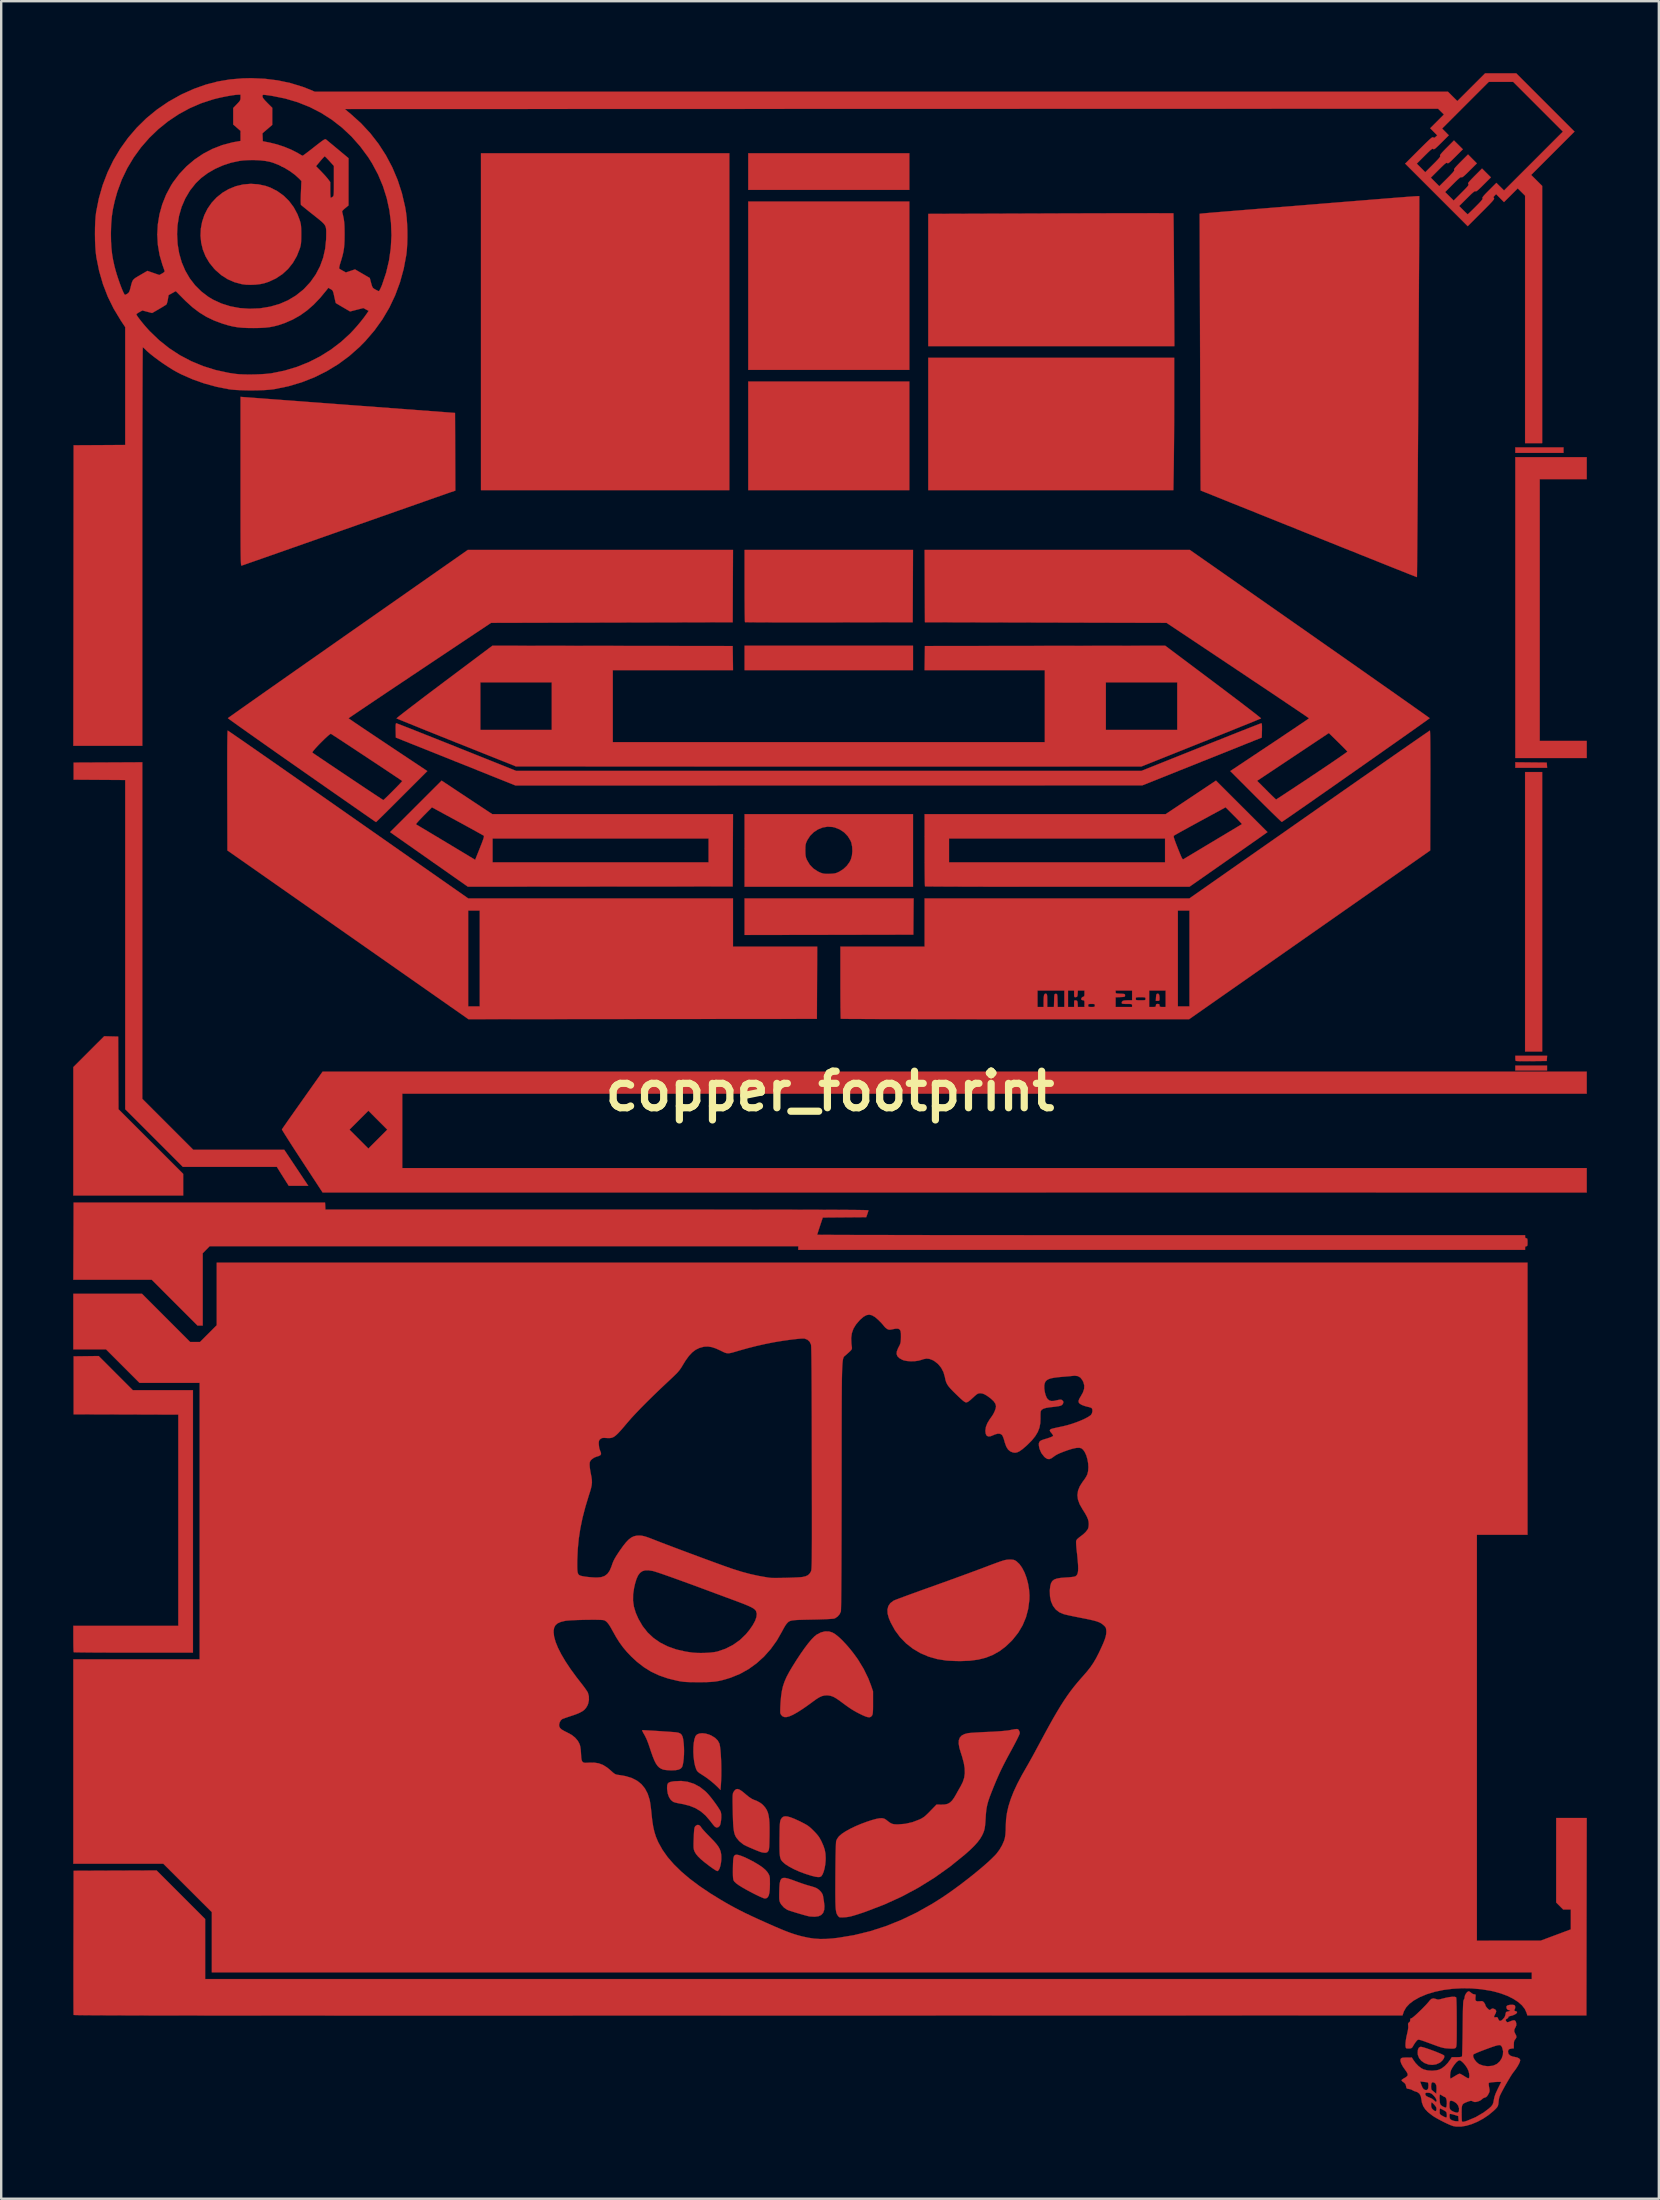
<source format=kicad_pcb>
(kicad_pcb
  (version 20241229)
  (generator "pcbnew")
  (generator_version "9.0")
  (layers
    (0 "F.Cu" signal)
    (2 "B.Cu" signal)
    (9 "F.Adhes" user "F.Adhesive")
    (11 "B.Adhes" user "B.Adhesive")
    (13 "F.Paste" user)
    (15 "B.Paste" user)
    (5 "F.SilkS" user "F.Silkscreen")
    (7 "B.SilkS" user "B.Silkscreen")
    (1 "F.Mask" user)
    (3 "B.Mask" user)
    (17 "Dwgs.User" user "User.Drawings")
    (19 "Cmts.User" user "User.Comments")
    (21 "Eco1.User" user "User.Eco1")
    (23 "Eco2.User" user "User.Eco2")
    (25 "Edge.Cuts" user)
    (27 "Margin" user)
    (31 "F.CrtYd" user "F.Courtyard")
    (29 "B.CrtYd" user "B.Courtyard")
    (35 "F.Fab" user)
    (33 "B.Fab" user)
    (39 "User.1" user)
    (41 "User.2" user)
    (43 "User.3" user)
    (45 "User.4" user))
  (footprint "copper_footprint"
    (layer "F.Cu")
    (at 31.533 42.415)
    (property "Reference" "copper_footprint" (at 0 0 0) (layer "F.SilkS") (effects (font (size 1.524 1.524) (thickness 0.3))))
    (attr through_hole)
    (fp_poly (pts (xy -4.195 -25.044) (xy -14.543 -25.044) (xy -14.543 -39.079) (xy -4.195 -39.079) (xy -4.195 -25.044)) (stroke (width 0.01) (type solid)) (fill yes) (layer "F.Cu"))
    (fp_poly (pts (xy 3.305 -37.553) (xy -3.407 -37.553) (xy -3.407 -39.079) (xy 3.305 -39.079) (xy 3.305 -37.553)) (stroke (width 0.01) (type solid)) (fill yes) (layer "F.Cu"))
    (fp_poly (pts (xy 3.305 -30.053) (xy -3.407 -30.053) (xy -3.407 -37.07) (xy 3.305 -37.07) (xy 3.305 -30.053)) (stroke (width 0.01) (type solid)) (fill yes) (layer "F.Cu"))
    (fp_poly (pts (xy 3.305 -25.044) (xy -3.407 -25.044) (xy -3.407 -29.57) (xy 3.305 -29.57) (xy 3.305 -25.044)) (stroke (width 0.01) (type solid)) (fill yes) (layer "F.Cu"))
    (fp_poly (pts (xy 3.458 -17.544) (xy -3.56 -17.544) (xy -3.56 -18.561) (xy 3.458 -18.561) (xy 3.458 -17.544)) (stroke (width 0.01) (type solid)) (fill yes) (layer "F.Cu"))
    (fp_poly (pts (xy 29.671 -1.653) (xy 28.96 -1.653) (xy 28.96 -13.297) (xy 29.671 -13.297) (xy 29.671 -1.653)) (stroke (width 0.01) (type solid)) (fill yes) (layer "F.Cu"))
    (fp_poly (pts (xy 29.875 -0.864) (xy 28.553 -0.864) (xy 28.553 -1.068) (xy 29.875 -1.068) (xy 29.875 -0.864)) (stroke (width 0.01) (type solid)) (fill yes) (layer "F.Cu"))
    (fp_poly (pts (xy 30.561 -26.595) (xy 28.553 -26.595) (xy 28.553 -26.824) (xy 30.561 -26.824) (xy 30.561 -26.595)) (stroke (width 0.01) (type solid)) (fill yes) (layer "F.Cu"))
    (fp_poly (pts (xy 3.477 -7.278) (xy 3.471 -6.522) (xy -0.044 -6.515) (xy -3.56 -6.509) (xy -3.56 -8.034) (xy 3.484 -8.034) (xy 3.477 -7.278)) (stroke (width 0.01) (type solid)) (fill yes) (layer "F.Cu"))
    (fp_poly (pts (xy 29.207 -13.698) (xy 29.862 -13.692) (xy 29.87 -13.584) (xy 29.878 -13.475) (xy 28.553 -13.475) (xy 28.553 -13.705) (xy 29.207 -13.698)) (stroke (width 0.01) (type solid)) (fill yes) (layer "F.Cu"))
    (fp_poly (pts (xy 31.528 -25.502) (xy 29.57 -25.502) (xy 29.57 -14.594) (xy 31.528 -14.594) (xy 31.528 -13.882) (xy 28.553 -13.882) (xy 28.553 -26.417) (xy 31.528 -26.417) (xy 31.528 -25.502)) (stroke (width 0.01) (type solid)) (fill yes) (layer "F.Cu"))
    (fp_poly (pts (xy -29.95 -2.283) (xy -29.659 -2.276) (xy -29.646 0.751) (xy -28.298 2.098) (xy -26.951 3.445) (xy -26.951 4.348) (xy -31.528 4.348) (xy -31.528 -1.005) (xy -30.241 -2.29) (xy -29.95 -2.283)) (stroke (width 0.01) (type solid)) (fill yes) (layer "F.Cu"))
    (fp_poly (pts (xy 13.686 -4.058) (xy 13.716 -4.013) (xy 13.728 -3.926) (xy 13.729 -3.884) (xy 13.728 -3.811) (xy 13.716 -3.775) (xy 13.687 -3.764) (xy 13.652 -3.763) (xy 13.575 -3.763) (xy 13.582 -3.909) (xy 13.59 -3.995) (xy 13.604 -4.042) (xy 13.628 -4.062) (xy 13.638 -4.064) (xy 13.686 -4.058)) (stroke (width 0.01) (type solid)) (fill yes) (layer "F.Cu"))
    (fp_poly (pts (xy 14.34 -28.875) (xy 14.34 -28.547) (xy 14.339 -28.203) (xy 14.338 -27.851) (xy 14.336 -27.501) (xy 14.334 -27.161) (xy 14.331 -26.839) (xy 14.328 -26.545) (xy 14.325 -26.286) (xy 14.323 -26.116) (xy 14.306 -25.044) (xy 4.093 -25.044) (xy 4.093 -30.561) (xy 14.34 -30.561) (xy 14.34 -28.875)) (stroke (width 0.01) (type solid)) (fill yes) (layer "F.Cu"))
    (fp_poly (pts (xy 29.87 -1.367) (xy 29.862 -1.259) (xy 29.225 -1.252) (xy 29.05 -1.251) (xy 28.892 -1.251) (xy 28.757 -1.252) (xy 28.655 -1.255) (xy 28.59 -1.259) (xy 28.57 -1.262) (xy 28.559 -1.297) (xy 28.553 -1.361) (xy 28.553 -1.377) (xy 28.553 -1.475) (xy 29.878 -1.475) (xy 29.87 -1.367)) (stroke (width 0.01) (type solid)) (fill yes) (layer "F.Cu"))
    (fp_poly (pts (xy -28.654 0.318) (xy -27.593 1.379) (xy -26.531 2.441) (xy -22.739 2.441) (xy -22.239 3.191) (xy -21.739 3.941) (xy -22.553 3.941) (xy -22.662 3.769) (xy -22.726 3.668) (xy -22.804 3.544) (xy -22.882 3.42) (xy -22.91 3.375) (xy -23.048 3.153) (xy -26.964 3.153) (xy -28.165 1.951) (xy -29.366 0.75) (xy -29.366 -12.966) (xy -30.441 -12.973) (xy -31.515 -12.98) (xy -31.515 -13.692) (xy -30.085 -13.698) (xy -28.654 -13.705) (xy -28.654 0.318)) (stroke (width 0.01) (type solid)) (fill yes) (layer "F.Cu"))
    (fp_poly (pts (xy 24.676 39.827) (xy 24.765 39.851) (xy 24.878 39.888) (xy 25.007 39.933) (xy 25.142 39.982) (xy 25.275 40.034) (xy 25.395 40.083) (xy 25.494 40.126) (xy 25.562 40.161) (xy 25.589 40.181) (xy 25.596 40.237) (xy 25.568 40.31) (xy 25.51 40.388) (xy 25.431 40.46) (xy 25.395 40.484) (xy 25.253 40.546) (xy 25.094 40.569) (xy 24.936 40.553) (xy 24.77 40.492) (xy 24.639 40.401) (xy 24.545 40.287) (xy 24.493 40.154) (xy 24.485 40.067) (xy 24.494 39.943) (xy 24.525 39.863) (xy 24.578 39.823) (xy 24.622 39.817) (xy 24.676 39.827)) (stroke (width 0.01) (type solid)) (fill yes) (layer "F.Cu"))
    (fp_poly (pts (xy 3.452 -21.046) (xy 3.445 -19.539) (xy -0.04 -19.533) (xy -0.457 -19.532) (xy -0.86 -19.532) (xy -1.246 -19.532) (xy -1.612 -19.532) (xy -1.956 -19.532) (xy -2.273 -19.533) (xy -2.563 -19.534) (xy -2.82 -19.535) (xy -3.043 -19.536) (xy -3.229 -19.537) (xy -3.374 -19.539) (xy -3.476 -19.54) (xy -3.532 -19.542) (xy -3.543 -19.544) (xy -3.546 -19.571) (xy -3.549 -19.646) (xy -3.551 -19.762) (xy -3.554 -19.915) (xy -3.556 -20.101) (xy -3.557 -20.316) (xy -3.559 -20.554) (xy -3.559 -20.812) (xy -3.56 -21.056) (xy -3.56 -22.552) (xy 3.458 -22.552) (xy 3.452 -21.046)) (stroke (width 0.01) (type solid)) (fill yes) (layer "F.Cu"))
    (fp_poly (pts (xy -29.761 11.746) (xy -29.049 12.458) (xy -26.544 12.458) (xy -26.544 23.391) (xy -29.019 23.391) (xy -29.369 23.391) (xy -29.705 23.391) (xy -30.023 23.39) (xy -30.32 23.389) (xy -30.592 23.388) (xy -30.835 23.386) (xy -31.047 23.384) (xy -31.223 23.382) (xy -31.36 23.38) (xy -31.455 23.378) (xy -31.504 23.376) (xy -31.511 23.374) (xy -31.516 23.345) (xy -31.52 23.273) (xy -31.524 23.164) (xy -31.526 23.029) (xy -31.527 22.873) (xy -31.528 22.815) (xy -31.528 22.273) (xy -27.154 22.273) (xy -27.154 13.476) (xy -29.335 13.469) (xy -31.515 13.463) (xy -31.515 11.047) (xy -30.994 11.041) (xy -30.472 11.034) (xy -29.761 11.746)) (stroke (width 0.01) (type solid)) (fill yes) (layer "F.Cu"))
    (fp_poly (pts (xy 13.61 -36.581) (xy 13.834 -36.58) (xy 14.017 -36.58) (xy 14.158 -36.579) (xy 14.253 -36.579) (xy 14.302 -36.578) (xy 14.308 -36.577) (xy 14.309 -36.551) (xy 14.311 -36.477) (xy 14.313 -36.358) (xy 14.315 -36.199) (xy 14.317 -36.002) (xy 14.32 -35.771) (xy 14.322 -35.508) (xy 14.324 -35.218) (xy 14.327 -34.903) (xy 14.329 -34.566) (xy 14.331 -34.212) (xy 14.333 -33.843) (xy 14.333 -33.805) (xy 14.348 -31.044) (xy 4.093 -31.044) (xy 4.093 -36.553) (xy 9.195 -36.571) (xy 9.7 -36.573) (xy 10.192 -36.574) (xy 10.668 -36.576) (xy 11.126 -36.577) (xy 11.562 -36.578) (xy 11.976 -36.579) (xy 12.364 -36.579) (xy 12.723 -36.58) (xy 13.053 -36.58) (xy 13.349 -36.581) (xy 13.61 -36.581)) (stroke (width 0.01) (type solid)) (fill yes) (layer "F.Cu"))
    (fp_poly (pts (xy 31.528 0.102) (xy -17.823 0.102) (xy -17.823 3.204) (xy 31.528 3.204) (xy 31.528 4.221) (xy 5.193 4.22) (xy -21.141 4.22) (xy -21.993 2.918) (xy -22.144 2.687) (xy -22.287 2.467) (xy -22.418 2.264) (xy -22.535 2.081) (xy -22.637 1.921) (xy -22.72 1.789) (xy -22.783 1.687) (xy -22.823 1.621) (xy -22.832 1.602) (xy -20.022 1.602) (xy -19.628 1.996) (xy -19.235 2.39) (xy -18.447 1.602) (xy -18.84 1.208) (xy -19.234 0.813) (xy -20.022 1.602) (xy -22.832 1.602) (xy -22.837 1.592) (xy -22.837 1.592) (xy -22.821 1.567) (xy -22.779 1.505) (xy -22.712 1.409) (xy -22.624 1.282) (xy -22.517 1.129) (xy -22.393 0.954) (xy -22.256 0.759) (xy -22.108 0.55) (xy -21.986 0.377) (xy -21.143 -0.814) (xy 31.528 -0.814) (xy 31.528 0.102)) (stroke (width 0.01) (type solid)) (fill yes) (layer "F.Cu"))
    (fp_poly (pts (xy -5.185 26.765) (xy -5.036 26.808) (xy -4.949 26.845) (xy -4.791 26.942) (xy -4.677 27.054) (xy -4.61 27.178) (xy -4.604 27.199) (xy -4.583 27.307) (xy -4.565 27.457) (xy -4.551 27.639) (xy -4.539 27.845) (xy -4.532 28.066) (xy -4.529 28.291) (xy -4.53 28.513) (xy -4.537 28.723) (xy -4.547 28.904) (xy -4.564 29.115) (xy -4.678 28.997) (xy -4.823 28.86) (xy -4.995 28.717) (xy -5.175 28.583) (xy -5.342 28.473) (xy -5.343 28.472) (xy -5.441 28.41) (xy -5.506 28.358) (xy -5.549 28.303) (xy -5.575 28.252) (xy -5.623 28.109) (xy -5.659 27.935) (xy -5.683 27.741) (xy -5.694 27.539) (xy -5.692 27.34) (xy -5.677 27.155) (xy -5.648 26.996) (xy -5.605 26.874) (xy -5.604 26.87) (xy -5.542 26.803) (xy -5.446 26.763) (xy -5.324 26.75) (xy -5.185 26.765)) (stroke (width 0.01) (type solid)) (fill yes) (layer "F.Cu"))
    (fp_poly (pts (xy 17.984 -15.32) (xy 17.993 -15.28) (xy 17.997 -15.206) (xy 17.997 -15.09) (xy 17.996 -15.033) (xy 17.988 -14.734) (xy 13.005 -12.74) (xy -13.107 -12.739) (xy -15.598 -13.736) (xy -18.09 -14.734) (xy -18.097 -15.033) (xy -18.099 -15.166) (xy -18.097 -15.256) (xy -18.09 -15.308) (xy -18.078 -15.33) (xy -18.072 -15.332) (xy -18.044 -15.322) (xy -17.972 -15.295) (xy -17.86 -15.252) (xy -17.709 -15.193) (xy -17.524 -15.121) (xy -17.308 -15.035) (xy -17.063 -14.938) (xy -16.793 -14.831) (xy -16.501 -14.715) (xy -16.189 -14.591) (xy -15.862 -14.461) (xy -15.56 -14.34) (xy -13.082 -13.348) (xy 12.98 -13.348) (xy 15.459 -14.34) (xy 15.797 -14.475) (xy 16.123 -14.605) (xy 16.432 -14.728) (xy 16.722 -14.843) (xy 16.989 -14.95) (xy 17.231 -15.045) (xy 17.445 -15.129) (xy 17.626 -15.2) (xy 17.772 -15.257) (xy 17.881 -15.299) (xy 17.948 -15.324) (xy 17.97 -15.332) (xy 17.984 -15.32)) (stroke (width 0.01) (type solid)) (fill yes) (layer "F.Cu"))
    (fp_poly (pts (xy -25.073 -15.012) (xy -25.01 -14.97) (xy -24.909 -14.901) (xy -24.772 -14.806) (xy -24.601 -14.688) (xy -24.397 -14.547) (xy -24.163 -14.384) (xy -23.899 -14.201) (xy -23.608 -13.998) (xy -23.292 -13.778) (xy -22.952 -13.541) (xy -22.591 -13.289) (xy -22.21 -13.023) (xy -21.81 -12.744) (xy -21.395 -12.454) (xy -20.964 -12.153) (xy -20.522 -11.844) (xy -20.074 -11.53) (xy -15.077 -8.034) (xy -4.043 -8.034) (xy -4.043 -6.026) (xy -0.534 -6.026) (xy -0.547 -3.013) (xy -7.806 -3.007) (xy -15.065 -3) (xy -20.086 -6.515) (xy -21.53 -7.526) (xy -15.077 -7.526) (xy -15.077 -3.534) (xy -14.594 -3.534) (xy -14.594 -7.526) (xy -15.077 -7.526) (xy -21.53 -7.526) (xy -25.108 -10.03) (xy -25.114 -12.528) (xy -25.115 -12.99) (xy -25.115 -13.406) (xy -25.115 -13.776) (xy -25.114 -14.099) (xy -25.113 -14.375) (xy -25.11 -14.603) (xy -25.108 -14.783) (xy -25.104 -14.914) (xy -25.101 -14.995) (xy -25.096 -15.026) (xy -25.095 -15.026) (xy -25.073 -15.012)) (stroke (width 0.01) (type solid)) (fill yes) (layer "F.Cu"))
    (fp_poly (pts (xy -5.926 28.775) (xy -5.665 28.859) (xy -5.42 28.991) (xy -5.195 29.169) (xy -5.132 29.231) (xy -5.049 29.322) (xy -4.957 29.434) (xy -4.86 29.558) (xy -4.767 29.685) (xy -4.682 29.807) (xy -4.613 29.914) (xy -4.565 29.998) (xy -4.548 30.04) (xy -4.533 30.134) (xy -4.531 30.25) (xy -4.539 30.373) (xy -4.556 30.487) (xy -4.58 30.577) (xy -4.599 30.612) (xy -4.663 30.67) (xy -4.733 30.68) (xy -4.796 30.645) (xy -4.834 30.605) (xy -4.891 30.536) (xy -4.959 30.449) (xy -4.994 30.403) (xy -5.179 30.185) (xy -5.38 30.01) (xy -5.603 29.873) (xy -5.856 29.771) (xy -6.144 29.7) (xy -6.221 29.686) (xy -6.334 29.665) (xy -6.437 29.641) (xy -6.512 29.618) (xy -6.531 29.61) (xy -6.63 29.531) (xy -6.708 29.412) (xy -6.762 29.261) (xy -6.787 29.084) (xy -6.789 29.023) (xy -6.783 28.922) (xy -6.762 28.852) (xy -6.716 28.806) (xy -6.637 28.776) (xy -6.517 28.755) (xy -6.492 28.752) (xy -6.203 28.739) (xy -5.926 28.775)) (stroke (width 0.01) (type solid)) (fill yes) (layer "F.Cu"))
    (fp_poly (pts (xy -5.471 30.573) (xy -5.405 30.618) (xy -5.369 30.67) (xy -5.338 30.715) (xy -5.276 30.787) (xy -5.192 30.88) (xy -5.092 30.985) (xy -5.006 31.072) (xy -4.856 31.227) (xy -4.74 31.357) (xy -4.655 31.47) (xy -4.596 31.575) (xy -4.558 31.677) (xy -4.537 31.786) (xy -4.53 31.866) (xy -4.529 32.008) (xy -4.543 32.147) (xy -4.568 32.274) (xy -4.601 32.38) (xy -4.641 32.455) (xy -4.685 32.492) (xy -4.698 32.493) (xy -4.733 32.479) (xy -4.8 32.439) (xy -4.891 32.379) (xy -4.996 32.304) (xy -5.034 32.276) (xy -5.229 32.126) (xy -5.383 31.997) (xy -5.5 31.883) (xy -5.584 31.781) (xy -5.639 31.688) (xy -5.643 31.678) (xy -5.662 31.631) (xy -5.675 31.583) (xy -5.683 31.528) (xy -5.686 31.454) (xy -5.686 31.353) (xy -5.682 31.216) (xy -5.678 31.12) (xy -5.672 30.959) (xy -5.665 30.84) (xy -5.658 30.757) (xy -5.648 30.699) (xy -5.635 30.66) (xy -5.617 30.63) (xy -5.607 30.618) (xy -5.541 30.572) (xy -5.471 30.573)) (stroke (width 0.01) (type solid)) (fill yes) (layer "F.Cu"))
    (fp_poly (pts (xy -3.829 31.82) (xy -3.72 31.853) (xy -3.584 31.907) (xy -3.426 31.98) (xy -3.254 32.068) (xy -3.152 32.124) (xy -2.959 32.239) (xy -2.808 32.343) (xy -2.694 32.441) (xy -2.61 32.536) (xy -2.576 32.589) (xy -2.546 32.641) (xy -2.526 32.688) (xy -2.514 32.742) (xy -2.507 32.813) (xy -2.505 32.913) (xy -2.504 33.04) (xy -2.51 33.242) (xy -2.526 33.398) (xy -2.554 33.512) (xy -2.597 33.587) (xy -2.654 33.627) (xy -2.716 33.637) (xy -2.759 33.626) (xy -2.839 33.594) (xy -2.948 33.546) (xy -3.076 33.485) (xy -3.215 33.415) (xy -3.219 33.413) (xy -3.46 33.285) (xy -3.655 33.175) (xy -3.807 33.079) (xy -3.917 32.998) (xy -3.988 32.929) (xy -4.015 32.888) (xy -4.029 32.844) (xy -4.039 32.777) (xy -4.045 32.679) (xy -4.047 32.545) (xy -4.046 32.382) (xy -4.042 32.198) (xy -4.036 32.058) (xy -4.025 31.957) (xy -4.008 31.889) (xy -3.983 31.846) (xy -3.948 31.822) (xy -3.903 31.812) (xy -3.901 31.812) (xy -3.829 31.82)) (stroke (width 0.01) (type solid)) (fill yes) (layer "F.Cu"))
    (fp_poly (pts (xy -7.774 26.622) (xy -7.684 26.627) (xy -7.56 26.634) (xy -7.412 26.643) (xy -7.248 26.653) (xy -7.077 26.664) (xy -6.909 26.676) (xy -6.751 26.686) (xy -6.613 26.696) (xy -6.503 26.704) (xy -6.43 26.71) (xy -6.411 26.712) (xy -6.316 26.73) (xy -6.242 26.76) (xy -6.187 26.81) (xy -6.147 26.886) (xy -6.119 26.993) (xy -6.1 27.14) (xy -6.086 27.322) (xy -6.082 27.48) (xy -6.085 27.644) (xy -6.096 27.804) (xy -6.113 27.949) (xy -6.135 28.068) (xy -6.161 28.15) (xy -6.17 28.167) (xy -6.227 28.227) (xy -6.313 28.267) (xy -6.434 28.29) (xy -6.597 28.297) (xy -6.616 28.297) (xy -6.734 28.292) (xy -6.843 28.283) (xy -6.927 28.27) (xy -6.948 28.265) (xy -7.038 28.229) (xy -7.117 28.179) (xy -7.187 28.109) (xy -7.253 28.015) (xy -7.317 27.889) (xy -7.383 27.728) (xy -7.455 27.525) (xy -7.498 27.393) (xy -7.574 27.17) (xy -7.645 26.991) (xy -7.714 26.85) (xy -7.742 26.802) (xy -7.789 26.72) (xy -7.819 26.657) (xy -7.827 26.624) (xy -7.823 26.62) (xy -7.774 26.622)) (stroke (width 0.01) (type solid)) (fill yes) (layer "F.Cu"))
    (fp_poly (pts (xy -1.748 32.805) (xy -1.586 32.858) (xy -1.44 32.912) (xy -1.291 32.967) (xy -1.139 33.02) (xy -0.998 33.066) (xy -0.885 33.1) (xy -0.861 33.106) (xy -0.75 33.137) (xy -0.646 33.171) (xy -0.569 33.201) (xy -0.557 33.207) (xy -0.459 33.274) (xy -0.374 33.361) (xy -0.314 33.456) (xy -0.294 33.517) (xy -0.282 33.589) (xy -0.266 33.685) (xy -0.255 33.751) (xy -0.233 33.95) (xy -0.243 34.111) (xy -0.287 34.235) (xy -0.366 34.322) (xy -0.481 34.376) (xy -0.635 34.396) (xy -0.828 34.386) (xy -0.852 34.383) (xy -0.909 34.371) (xy -1.003 34.347) (xy -1.122 34.314) (xy -1.257 34.275) (xy -1.396 34.234) (xy -1.529 34.193) (xy -1.645 34.156) (xy -1.733 34.126) (xy -1.783 34.106) (xy -1.917 34.015) (xy -2.027 33.895) (xy -2.067 33.832) (xy -2.089 33.785) (xy -2.104 33.738) (xy -2.113 33.68) (xy -2.117 33.601) (xy -2.117 33.489) (xy -2.115 33.371) (xy -2.109 33.165) (xy -2.096 33.007) (xy -2.071 32.893) (xy -2.029 32.819) (xy -1.964 32.782) (xy -1.872 32.778) (xy -1.748 32.805)) (stroke (width 0.01) (type solid)) (fill yes) (layer "F.Cu"))
    (fp_poly (pts (xy 3.458 -8.518) (xy -3.56 -8.518) (xy -3.56 -10.03) (xy -1.028 -10.03) (xy -1.026 -9.903) (xy -1.018 -9.811) (xy -1.002 -9.737) (xy -0.975 -9.664) (xy -0.961 -9.633) (xy -0.846 -9.439) (xy -0.696 -9.281) (xy -0.507 -9.156) (xy -0.41 -9.11) (xy -0.331 -9.081) (xy -0.258 -9.064) (xy -0.172 -9.056) (xy -0.057 -9.056) (xy -0.025 -9.057) (xy 0.098 -9.063) (xy 0.188 -9.073) (xy 0.264 -9.093) (xy 0.344 -9.127) (xy 0.386 -9.147) (xy 0.555 -9.254) (xy 0.704 -9.394) (xy 0.819 -9.555) (xy 0.868 -9.655) (xy 0.913 -9.817) (xy 0.931 -9.998) (xy 0.923 -10.181) (xy 0.89 -10.349) (xy 0.859 -10.431) (xy 0.743 -10.622) (xy 0.59 -10.782) (xy 0.406 -10.905) (xy 0.198 -10.988) (xy 0.108 -11.008) (xy -0.1 -11.021) (xy -0.305 -10.987) (xy -0.499 -10.91) (xy -0.675 -10.795) (xy -0.827 -10.644) (xy -0.945 -10.463) (xy -0.961 -10.431) (xy -0.994 -10.355) (xy -1.014 -10.287) (xy -1.024 -10.209) (xy -1.028 -10.106) (xy -1.028 -10.03) (xy -3.56 -10.03) (xy -3.56 -11.543) (xy 3.458 -11.543) (xy 3.458 -8.518)) (stroke (width 0.01) (type solid)) (fill yes) (layer "F.Cu"))
    (fp_poly (pts (xy -23.825 -37.786) (xy -23.518 -37.72) (xy -23.322 -37.651) (xy -23.031 -37.503) (xy -22.769 -37.315) (xy -22.54 -37.09) (xy -22.345 -36.83) (xy -22.189 -36.54) (xy -22.091 -36.281) (xy -22.067 -36.199) (xy -22.05 -36.122) (xy -22.04 -36.038) (xy -22.034 -35.934) (xy -22.031 -35.799) (xy -22.031 -35.697) (xy -22.032 -35.537) (xy -22.036 -35.416) (xy -22.043 -35.322) (xy -22.056 -35.242) (xy -22.075 -35.164) (xy -22.091 -35.113) (xy -22.215 -34.798) (xy -22.379 -34.513) (xy -22.58 -34.261) (xy -22.816 -34.044) (xy -23.085 -33.865) (xy -23.384 -33.725) (xy -23.577 -33.662) (xy -23.742 -33.627) (xy -23.937 -33.605) (xy -24.141 -33.597) (xy -24.336 -33.603) (xy -24.497 -33.623) (xy -24.811 -33.707) (xy -25.095 -33.83) (xy -25.355 -33.995) (xy -25.598 -34.206) (xy -25.659 -34.269) (xy -25.86 -34.517) (xy -26.017 -34.783) (xy -26.13 -35.063) (xy -26.2 -35.351) (xy -26.228 -35.645) (xy -26.215 -35.938) (xy -26.161 -36.226) (xy -26.068 -36.505) (xy -25.936 -36.769) (xy -25.766 -37.015) (xy -25.559 -37.238) (xy -25.316 -37.433) (xy -25.052 -37.588) (xy -24.76 -37.706) (xy -24.453 -37.779) (xy -24.139 -37.806) (xy -23.825 -37.786)) (stroke (width 0.01) (type solid)) (fill yes) (layer "F.Cu"))
    (fp_poly (pts (xy -1.776 30.219) (xy -1.649 30.253) (xy -1.489 30.314) (xy -1.293 30.404) (xy -1.251 30.425) (xy -1.111 30.495) (xy -1.005 30.552) (xy -0.92 30.605) (xy -0.846 30.662) (xy -0.769 30.731) (xy -0.684 30.814) (xy -0.574 30.929) (xy -0.491 31.029) (xy -0.425 31.128) (xy -0.364 31.241) (xy -0.36 31.248) (xy -0.276 31.437) (xy -0.22 31.605) (xy -0.19 31.77) (xy -0.181 31.949) (xy -0.184 32.061) (xy -0.199 32.223) (xy -0.227 32.379) (xy -0.264 32.517) (xy -0.309 32.628) (xy -0.357 32.702) (xy -0.373 32.716) (xy -0.425 32.739) (xy -0.499 32.744) (xy -0.603 32.73) (xy -0.743 32.696) (xy -0.787 32.684) (xy -1.033 32.607) (xy -1.271 32.518) (xy -1.49 32.421) (xy -1.683 32.32) (xy -1.841 32.221) (xy -1.916 32.161) (xy -1.969 32.112) (xy -2.012 32.065) (xy -2.045 32.014) (xy -2.069 31.952) (xy -2.086 31.873) (xy -2.097 31.771) (xy -2.103 31.64) (xy -2.105 31.474) (xy -2.105 31.267) (xy -2.104 31.146) (xy -2.101 30.932) (xy -2.099 30.763) (xy -2.095 30.632) (xy -2.089 30.534) (xy -2.082 30.461) (xy -2.073 30.408) (xy -2.061 30.368) (xy -2.054 30.352) (xy -2.01 30.279) (xy -1.952 30.232) (xy -1.875 30.212) (xy -1.776 30.219)) (stroke (width 0.01) (type solid)) (fill yes) (layer "F.Cu"))
    (fp_poly (pts (xy -15.129 -12.241) (xy -14.074 -11.543) (xy -4.042 -11.543) (xy -4.049 -10.037) (xy -4.055 -8.53) (xy -9.573 -8.526) (xy -15.09 -8.521) (xy -16.628 -9.6) (xy -16.88 -9.777) (xy -17.121 -9.946) (xy -17.347 -10.105) (xy -17.557 -10.252) (xy -17.745 -10.384) (xy -17.909 -10.499) (xy -18.044 -10.594) (xy -18.149 -10.668) (xy -18.218 -10.716) (xy -18.248 -10.738) (xy -18.329 -10.796) (xy -18.004 -11.12) (xy -17.252 -11.12) (xy -17.251 -11.12) (xy -17.225 -11.105) (xy -17.16 -11.066) (xy -17.059 -11.006) (xy -16.926 -10.927) (xy -16.766 -10.831) (xy -16.582 -10.721) (xy -16.379 -10.599) (xy -16.16 -10.468) (xy -16.005 -10.375) (xy -14.785 -9.641) (xy -14.59 -10.128) (xy -14.521 -10.303) (xy -14.471 -10.437) (xy -14.44 -10.526) (xy -14.06 -10.526) (xy -14.06 -9.535) (xy -5.06 -9.535) (xy -5.06 -10.526) (xy -14.06 -10.526) (xy -14.44 -10.526) (xy -14.438 -10.533) (xy -14.422 -10.597) (xy -14.42 -10.633) (xy -14.425 -10.643) (xy -14.452 -10.66) (xy -14.52 -10.699) (xy -14.624 -10.757) (xy -14.759 -10.832) (xy -14.921 -10.922) (xy -15.105 -11.022) (xy -15.306 -11.133) (xy -15.52 -11.249) (xy -16.586 -11.827) (xy -16.931 -11.479) (xy -17.036 -11.371) (xy -17.126 -11.276) (xy -17.195 -11.198) (xy -17.239 -11.145) (xy -17.252 -11.12) (xy -18.004 -11.12) (xy -17.256 -11.868) (xy -16.183 -12.94) (xy -15.129 -12.241)) (stroke (width 0.01) (type solid)) (fill yes) (layer "F.Cu"))
    (fp_poly (pts (xy -3.763 29.104) (xy -3.664 29.169) (xy -3.539 29.271) (xy -3.503 29.303) (xy -3.374 29.408) (xy -3.254 29.486) (xy -3.183 29.519) (xy -3.034 29.58) (xy -2.921 29.64) (xy -2.832 29.704) (xy -2.76 29.775) (xy -2.692 29.858) (xy -2.637 29.946) (xy -2.594 30.045) (xy -2.562 30.161) (xy -2.54 30.299) (xy -2.526 30.468) (xy -2.52 30.672) (xy -2.52 30.918) (xy -2.521 31.011) (xy -2.525 31.202) (xy -2.528 31.349) (xy -2.533 31.459) (xy -2.54 31.539) (xy -2.548 31.594) (xy -2.56 31.633) (xy -2.574 31.661) (xy -2.575 31.662) (xy -2.619 31.711) (xy -2.678 31.728) (xy -2.715 31.729) (xy -2.803 31.72) (xy -2.884 31.701) (xy -2.886 31.701) (xy -2.981 31.665) (xy -3.099 31.618) (xy -3.227 31.564) (xy -3.355 31.509) (xy -3.469 31.457) (xy -3.559 31.413) (xy -3.61 31.385) (xy -3.784 31.245) (xy -3.903 31.1) (xy -3.939 31.038) (xy -3.968 30.97) (xy -3.992 30.888) (xy -4.01 30.788) (xy -4.025 30.663) (xy -4.036 30.508) (xy -4.044 30.315) (xy -4.05 30.08) (xy -4.052 29.988) (xy -4.056 29.778) (xy -4.059 29.613) (xy -4.059 29.486) (xy -4.058 29.391) (xy -4.054 29.323) (xy -4.048 29.274) (xy -4.039 29.239) (xy -4.026 29.211) (xy -4.016 29.193) (xy -3.963 29.121) (xy -3.907 29.081) (xy -3.842 29.075) (xy -3.763 29.104)) (stroke (width 0.01) (type solid)) (fill yes) (layer "F.Cu"))
    (fp_poly (pts (xy -24.377 -28.916) (xy -24.331 -28.913) (xy -24.238 -28.906) (xy -24.1 -28.896) (xy -23.919 -28.882) (xy -23.699 -28.866) (xy -23.442 -28.846) (xy -23.151 -28.824) (xy -22.828 -28.8) (xy -22.477 -28.774) (xy -22.099 -28.746) (xy -21.699 -28.715) (xy -21.279 -28.684) (xy -20.841 -28.651) (xy -20.388 -28.617) (xy -19.923 -28.582) (xy -19.908 -28.581) (xy -15.624 -28.26) (xy -15.617 -26.641) (xy -15.611 -25.023) (xy -15.795 -24.961) (xy -15.839 -24.946) (xy -15.927 -24.915) (xy -16.059 -24.868) (xy -16.231 -24.808) (xy -16.441 -24.735) (xy -16.686 -24.649) (xy -16.963 -24.551) (xy -17.271 -24.443) (xy -17.606 -24.325) (xy -17.966 -24.199) (xy -18.348 -24.064) (xy -18.751 -23.923) (xy -19.17 -23.775) (xy -19.605 -23.623) (xy -20.051 -23.465) (xy -20.226 -23.404) (xy -20.674 -23.246) (xy -21.11 -23.093) (xy -21.53 -22.945) (xy -21.933 -22.804) (xy -22.316 -22.669) (xy -22.677 -22.542) (xy -23.013 -22.424) (xy -23.321 -22.316) (xy -23.6 -22.218) (xy -23.846 -22.132) (xy -24.058 -22.058) (xy -24.233 -21.997) (xy -24.368 -21.949) (xy -24.461 -21.917) (xy -24.51 -21.9) (xy -24.516 -21.898) (xy -24.523 -21.898) (xy -24.528 -21.904) (xy -24.533 -21.917) (xy -24.538 -21.941) (xy -24.542 -21.979) (xy -24.545 -22.031) (xy -24.548 -22.102) (xy -24.551 -22.192) (xy -24.553 -22.306) (xy -24.555 -22.445) (xy -24.557 -22.612) (xy -24.558 -22.809) (xy -24.559 -23.039) (xy -24.56 -23.304) (xy -24.56 -23.607) (xy -24.561 -23.95) (xy -24.561 -24.336) (xy -24.561 -24.766) (xy -24.561 -25.245) (xy -24.561 -25.408) (xy -24.561 -28.93) (xy -24.377 -28.916)) (stroke (width 0.01) (type solid)) (fill yes) (layer "F.Cu"))
    (fp_poly (pts (xy 7.578 19.517) (xy 7.648 19.526) (xy 7.703 19.546) (xy 7.762 19.583) (xy 7.772 19.59) (xy 7.895 19.705) (xy 8.006 19.863) (xy 8.105 20.055) (xy 8.187 20.273) (xy 8.25 20.509) (xy 8.292 20.756) (xy 8.31 21.006) (xy 8.306 21.19) (xy 8.258 21.567) (xy 8.164 21.921) (xy 8.025 22.253) (xy 7.84 22.564) (xy 7.608 22.855) (xy 7.567 22.9) (xy 7.32 23.136) (xy 7.063 23.33) (xy 6.79 23.484) (xy 6.497 23.601) (xy 6.178 23.682) (xy 5.828 23.729) (xy 5.443 23.744) (xy 5.39 23.744) (xy 5.24 23.741) (xy 5.086 23.735) (xy 4.946 23.728) (xy 4.842 23.721) (xy 4.46 23.66) (xy 4.099 23.556) (xy 3.761 23.411) (xy 3.45 23.226) (xy 3.168 23.005) (xy 2.919 22.749) (xy 2.706 22.461) (xy 2.531 22.142) (xy 2.452 21.955) (xy 2.4 21.767) (xy 2.393 21.599) (xy 2.43 21.454) (xy 2.511 21.332) (xy 2.636 21.236) (xy 2.665 21.22) (xy 2.711 21.201) (xy 2.8 21.166) (xy 2.927 21.118) (xy 3.088 21.058) (xy 3.278 20.988) (xy 3.493 20.91) (xy 3.726 20.825) (xy 3.975 20.736) (xy 4.157 20.671) (xy 4.445 20.568) (xy 4.748 20.459) (xy 5.057 20.347) (xy 5.363 20.236) (xy 5.657 20.128) (xy 5.93 20.028) (xy 6.175 19.937) (xy 6.381 19.86) (xy 6.407 19.85) (xy 6.636 19.763) (xy 6.824 19.693) (xy 6.974 19.638) (xy 7.094 19.595) (xy 7.189 19.564) (xy 7.264 19.542) (xy 7.326 19.529) (xy 7.378 19.521) (xy 7.428 19.517) (xy 7.475 19.516) (xy 7.578 19.517)) (stroke (width 0.01) (type solid)) (fill yes) (layer "F.Cu"))
    (fp_poly (pts (xy -0.04 22.511) (xy 0.1 22.554) (xy 0.213 22.621) (xy 0.346 22.726) (xy 0.494 22.863) (xy 0.651 23.028) (xy 0.813 23.213) (xy 0.973 23.414) (xy 1.126 23.624) (xy 1.174 23.694) (xy 1.403 24.072) (xy 1.592 24.46) (xy 1.699 24.735) (xy 1.792 25.006) (xy 1.792 25.477) (xy 1.792 25.648) (xy 1.79 25.775) (xy 1.785 25.867) (xy 1.778 25.932) (xy 1.768 25.976) (xy 1.753 26.009) (xy 1.747 26.018) (xy 1.706 26.063) (xy 1.653 26.085) (xy 1.581 26.082) (xy 1.484 26.054) (xy 1.357 26) (xy 1.225 25.935) (xy 1.107 25.874) (xy 1.003 25.816) (xy 0.903 25.755) (xy 0.797 25.685) (xy 0.677 25.6) (xy 0.532 25.494) (xy 0.418 25.409) (xy 0.27 25.306) (xy 0.146 25.235) (xy 0.032 25.193) (xy -0.08 25.174) (xy -0.136 25.172) (xy -0.238 25.179) (xy -0.338 25.204) (xy -0.444 25.252) (xy -0.566 25.327) (xy -0.714 25.433) (xy -0.729 25.445) (xy -0.842 25.528) (xy -0.975 25.624) (xy -1.107 25.715) (xy -1.16 25.751) (xy -1.368 25.883) (xy -1.543 25.981) (xy -1.688 26.045) (xy -1.807 26.076) (xy -1.902 26.076) (xy -1.977 26.045) (xy -1.987 26.038) (xy -2.039 25.982) (xy -2.07 25.922) (xy -2.074 25.876) (xy -2.074 25.789) (xy -2.071 25.672) (xy -2.064 25.537) (xy -2.06 25.471) (xy -2.039 25.216) (xy -2.007 24.994) (xy -1.961 24.793) (xy -1.896 24.6) (xy -1.81 24.403) (xy -1.697 24.191) (xy -1.576 23.987) (xy -1.392 23.693) (xy -1.217 23.429) (xy -1.053 23.196) (xy -0.902 22.997) (xy -0.766 22.836) (xy -0.648 22.716) (xy -0.559 22.644) (xy -0.383 22.552) (xy -0.209 22.507) (xy -0.04 22.511)) (stroke (width 0.01) (type solid)) (fill yes) (layer "F.Cu"))
    (fp_poly (pts (xy 15.972 -17.057) (xy 16.254 -16.845) (xy 16.523 -16.642) (xy 16.778 -16.449) (xy 17.015 -16.27) (xy 17.232 -16.104) (xy 17.425 -15.956) (xy 17.593 -15.827) (xy 17.733 -15.718) (xy 17.841 -15.632) (xy 17.916 -15.572) (xy 17.954 -15.539) (xy 17.958 -15.533) (xy 17.932 -15.521) (xy 17.862 -15.492) (xy 17.751 -15.446) (xy 17.602 -15.385) (xy 17.418 -15.31) (xy 17.203 -15.223) (xy 16.959 -15.125) (xy 16.69 -15.016) (xy 16.398 -14.899) (xy 16.087 -14.774) (xy 15.761 -14.643) (xy 15.452 -14.52) (xy 12.967 -13.526) (xy -13.081 -13.529) (xy -15.56 -14.521) (xy -15.899 -14.657) (xy -16.224 -14.787) (xy -16.532 -14.911) (xy -16.822 -15.028) (xy -17.088 -15.135) (xy -17.329 -15.233) (xy -17.541 -15.319) (xy -17.721 -15.392) (xy -17.866 -15.451) (xy -17.973 -15.496) (xy -18.039 -15.523) (xy -18.06 -15.533) (xy -18.043 -15.551) (xy -17.987 -15.597) (xy -17.897 -15.669) (xy -17.774 -15.765) (xy -17.621 -15.884) (xy -17.441 -16.022) (xy -17.236 -16.178) (xy -17.01 -16.351) (xy -16.765 -16.537) (xy -16.503 -16.734) (xy -16.227 -16.941) (xy -16.103 -17.035) (xy -14.569 -17.035) (xy -14.569 -15.052) (xy -11.594 -15.052) (xy -11.594 -17.035) (xy -14.569 -17.035) (xy -16.103 -17.035) (xy -16.074 -17.057) (xy -14.068 -18.561) (xy -9.062 -18.554) (xy -4.055 -18.548) (xy -4.048 -18.046) (xy -4.042 -17.544) (xy -9.051 -17.544) (xy -9.051 -14.543) (xy 8.95 -14.543) (xy 8.95 -17.035) (xy 11.492 -17.035) (xy 11.492 -15.052) (xy 14.467 -15.052) (xy 14.467 -17.035) (xy 11.492 -17.035) (xy 8.95 -17.035) (xy 8.95 -17.544) (xy 3.94 -17.544) (xy 3.947 -18.046) (xy 3.954 -18.548) (xy 8.96 -18.554) (xy 13.967 -18.561) (xy 15.972 -17.057)) (stroke (width 0.01) (type solid)) (fill yes) (layer "F.Cu"))
    (fp_poly (pts (xy 26.029 37.732) (xy 26.083 37.752) (xy 26.088 37.759) (xy 26.093 37.792) (xy 26.098 37.869) (xy 26.102 37.987) (xy 26.106 38.138) (xy 26.109 38.317) (xy 26.11 38.519) (xy 26.111 38.738) (xy 26.112 38.804) (xy 26.111 39.059) (xy 26.111 39.268) (xy 26.11 39.435) (xy 26.108 39.566) (xy 26.105 39.666) (xy 26.1 39.739) (xy 26.095 39.79) (xy 26.087 39.823) (xy 26.078 39.844) (xy 26.069 39.856) (xy 26.041 39.876) (xy 25.999 39.887) (xy 25.933 39.891) (xy 25.832 39.889) (xy 25.783 39.886) (xy 25.684 39.88) (xy 25.599 39.869) (xy 25.513 39.851) (xy 25.416 39.824) (xy 25.296 39.783) (xy 25.146 39.728) (xy 24.956 39.658) (xy 24.808 39.604) (xy 24.697 39.564) (xy 24.615 39.538) (xy 24.558 39.523) (xy 24.519 39.518) (xy 24.493 39.523) (xy 24.474 39.535) (xy 24.455 39.554) (xy 24.442 39.567) (xy 24.391 39.63) (xy 24.335 39.713) (xy 24.309 39.757) (xy 24.268 39.829) (xy 24.231 39.866) (xy 24.185 39.881) (xy 24.141 39.885) (xy 24.068 39.885) (xy 24.015 39.879) (xy 24.008 39.876) (xy 23.986 39.841) (xy 23.977 39.766) (xy 23.979 39.661) (xy 23.993 39.533) (xy 24.017 39.394) (xy 24.041 39.292) (xy 24.077 39.13) (xy 24.093 39.008) (xy 24.09 38.934) (xy 24.084 38.863) (xy 24.097 38.824) (xy 24.128 38.799) (xy 24.169 38.756) (xy 24.174 38.703) (xy 24.178 38.65) (xy 24.212 38.628) (xy 24.229 38.625) (xy 24.264 38.605) (xy 24.327 38.555) (xy 24.411 38.481) (xy 24.508 38.39) (xy 24.613 38.29) (xy 24.717 38.186) (xy 24.813 38.087) (xy 24.895 37.997) (xy 24.956 37.926) (xy 24.976 37.898) (xy 25.05 37.824) (xy 25.137 37.798) (xy 25.24 37.821) (xy 25.24 37.821) (xy 25.303 37.843) (xy 25.359 37.846) (xy 25.432 37.831) (xy 25.462 37.823) (xy 25.646 37.776) (xy 25.805 37.745) (xy 25.935 37.73) (xy 26.029 37.732)) (stroke (width 0.01) (type solid)) (fill yes) (layer "F.Cu"))
    (fp_poly (pts (xy -21.032 4.786) (xy -21.024 4.933) (xy -9.711 4.933) (xy -8.777 4.933) (xy -7.891 4.933) (xy -7.055 4.933) (xy -6.266 4.933) (xy -5.522 4.933) (xy -4.824 4.934) (xy -4.169 4.934) (xy -3.557 4.934) (xy -2.986 4.935) (xy -2.456 4.936) (xy -1.964 4.936) (xy -1.51 4.937) (xy -1.092 4.938) (xy -0.71 4.939) (xy -0.362 4.94) (xy -0.047 4.941) (xy 0.237 4.942) (xy 0.49 4.944) (xy 0.713 4.945) (xy 0.908 4.947) (xy 1.077 4.948) (xy 1.219 4.95) (xy 1.337 4.952) (xy 1.432 4.954) (xy 1.504 4.956) (xy 1.555 4.959) (xy 1.587 4.961) (xy 1.599 4.964) (xy 1.6 4.964) (xy 1.591 5.005) (xy 1.57 5.075) (xy 1.553 5.123) (xy 1.508 5.25) (xy -0.301 5.264) (xy -0.418 5.613) (xy -0.459 5.738) (xy -0.494 5.847) (xy -0.519 5.928) (xy -0.533 5.975) (xy -0.534 5.981) (xy -0.509 5.982) (xy -0.434 5.984) (xy -0.311 5.985) (xy -0.142 5.986) (xy 0.072 5.987) (xy 0.33 5.988) (xy 0.631 5.989) (xy 0.973 5.99) (xy 1.354 5.991) (xy 1.773 5.992) (xy 2.229 5.992) (xy 2.72 5.993) (xy 3.245 5.994) (xy 3.803 5.995) (xy 4.392 5.996) (xy 5.01 5.996) (xy 5.657 5.997) (xy 6.33 5.997) (xy 7.029 5.998) (xy 7.752 5.998) (xy 8.497 5.999) (xy 9.264 5.999) (xy 10.05 6) (xy 10.855 6) (xy 11.676 6) (xy 12.513 6) (xy 13.364 6) (xy 14.213 6) (xy 28.96 6) (xy 28.96 6.064) (xy 28.971 6.114) (xy 29.01 6.128) (xy 29.038 6.133) (xy 29.053 6.156) (xy 29.06 6.208) (xy 29.061 6.293) (xy 29.06 6.382) (xy 29.053 6.432) (xy 29.037 6.454) (xy 29.01 6.458) (xy 28.973 6.47) (xy 28.96 6.515) (xy 28.96 6.534) (xy 28.96 6.611) (xy -1.322 6.611) (xy -1.322 6.458) (xy -25.847 6.458) (xy -25.992 6.605) (xy -26.137 6.752) (xy -26.137 9.763) (xy -26.354 9.763) (xy -27.307 8.81) (xy -28.26 7.856) (xy -31.528 7.856) (xy -31.521 6.248) (xy -31.515 4.64) (xy -21.04 4.64) (xy -21.032 4.786)) (stroke (width 0.01) (type solid)) (fill yes) (layer "F.Cu"))
    (fp_poly (pts (xy 17.154 -11.869) (xy 18.227 -10.796) (xy 18.133 -10.728) (xy 18.097 -10.703) (xy 18.023 -10.651) (xy 17.915 -10.574) (xy 17.775 -10.476) (xy 17.607 -10.359) (xy 17.416 -10.225) (xy 17.204 -10.076) (xy 16.975 -9.916) (xy 16.733 -9.747) (xy 16.507 -9.589) (xy 14.975 -8.518) (xy 9.475 -8.518) (xy 8.95 -8.518) (xy 8.438 -8.518) (xy 7.942 -8.518) (xy 7.464 -8.519) (xy 7.007 -8.519) (xy 6.572 -8.52) (xy 6.162 -8.521) (xy 5.78 -8.522) (xy 5.428 -8.523) (xy 5.108 -8.524) (xy 4.822 -8.525) (xy 4.572 -8.527) (xy 4.362 -8.528) (xy 4.193 -8.53) (xy 4.068 -8.531) (xy 3.989 -8.533) (xy 3.958 -8.534) (xy 3.958 -8.534) (xy 3.955 -8.562) (xy 3.952 -8.636) (xy 3.949 -8.752) (xy 3.947 -8.906) (xy 3.945 -9.092) (xy 3.943 -9.306) (xy 3.942 -9.545) (xy 3.941 -9.802) (xy 3.941 -10.047) (xy 3.941 -10.526) (xy 4.958 -10.526) (xy 4.958 -9.535) (xy 13.959 -9.535) (xy 13.959 -10.526) (xy 4.958 -10.526) (xy 3.941 -10.526) (xy 3.941 -10.621) (xy 14.317 -10.621) (xy 14.325 -10.573) (xy 14.349 -10.496) (xy 14.388 -10.384) (xy 14.447 -10.232) (xy 14.488 -10.127) (xy 14.554 -9.964) (xy 14.604 -9.842) (xy 14.641 -9.757) (xy 14.669 -9.702) (xy 14.69 -9.672) (xy 14.708 -9.662) (xy 14.725 -9.666) (xy 14.734 -9.671) (xy 14.765 -9.69) (xy 14.835 -9.733) (xy 14.941 -9.796) (xy 15.078 -9.878) (xy 15.241 -9.976) (xy 15.428 -10.088) (xy 15.632 -10.211) (xy 15.851 -10.342) (xy 15.967 -10.411) (xy 16.19 -10.545) (xy 16.4 -10.67) (xy 16.592 -10.786) (xy 16.763 -10.888) (xy 16.909 -10.976) (xy 17.025 -11.046) (xy 17.108 -11.096) (xy 17.154 -11.124) (xy 17.161 -11.129) (xy 17.148 -11.149) (xy 17.103 -11.199) (xy 17.033 -11.273) (xy 16.943 -11.367) (xy 16.838 -11.473) (xy 16.827 -11.484) (xy 16.482 -11.829) (xy 15.417 -11.25) (xy 15.203 -11.133) (xy 15.001 -11.023) (xy 14.818 -10.922) (xy 14.656 -10.833) (xy 14.522 -10.758) (xy 14.418 -10.699) (xy 14.35 -10.66) (xy 14.323 -10.643) (xy 14.317 -10.621) (xy 3.941 -10.621) (xy 3.941 -11.543) (xy 13.984 -11.543) (xy 15.033 -12.242) (xy 16.081 -12.941) (xy 17.154 -11.869)) (stroke (width 0.01) (type solid)) (fill yes) (layer "F.Cu"))
    (fp_poly (pts (xy 19.986 -19.058) (xy 20.439 -18.74) (xy 20.881 -18.431) (xy 21.311 -18.13) (xy 21.726 -17.839) (xy 22.124 -17.56) (xy 22.504 -17.293) (xy 22.864 -17.04) (xy 23.202 -16.803) (xy 23.517 -16.582) (xy 23.806 -16.378) (xy 24.068 -16.194) (xy 24.3 -16.03) (xy 24.502 -15.887) (xy 24.671 -15.768) (xy 24.806 -15.672) (xy 24.904 -15.602) (xy 24.965 -15.558) (xy 24.985 -15.542) (xy 24.965 -15.526) (xy 24.906 -15.483) (xy 24.812 -15.415) (xy 24.683 -15.323) (xy 24.525 -15.211) (xy 24.338 -15.078) (xy 24.127 -14.929) (xy 23.893 -14.764) (xy 23.641 -14.586) (xy 23.371 -14.396) (xy 23.088 -14.197) (xy 22.795 -13.99) (xy 22.492 -13.778) (xy 22.185 -13.562) (xy 21.875 -13.345) (xy 21.565 -13.128) (xy 21.259 -12.913) (xy 20.958 -12.702) (xy 20.666 -12.498) (xy 20.385 -12.302) (xy 20.119 -12.115) (xy 19.87 -11.941) (xy 19.64 -11.782) (xy 19.433 -11.638) (xy 19.252 -11.512) (xy 19.099 -11.406) (xy 18.977 -11.322) (xy 18.888 -11.262) (xy 18.837 -11.227) (xy 18.824 -11.22) (xy 18.802 -11.236) (xy 18.748 -11.285) (xy 18.665 -11.364) (xy 18.555 -11.47) (xy 18.422 -11.599) (xy 18.27 -11.749) (xy 18.1 -11.916) (xy 17.918 -12.097) (xy 17.739 -12.275) (xy 17.083 -12.932) (xy 17.795 -12.932) (xy 18.184 -12.543) (xy 18.299 -12.428) (xy 18.401 -12.327) (xy 18.486 -12.245) (xy 18.548 -12.186) (xy 18.581 -12.156) (xy 18.585 -12.153) (xy 18.608 -12.167) (xy 18.67 -12.207) (xy 18.767 -12.27) (xy 18.896 -12.355) (xy 19.054 -12.459) (xy 19.237 -12.58) (xy 19.442 -12.715) (xy 19.665 -12.863) (xy 19.903 -13.021) (xy 20.079 -13.139) (xy 20.326 -13.303) (xy 20.559 -13.459) (xy 20.776 -13.605) (xy 20.973 -13.739) (xy 21.147 -13.858) (xy 21.294 -13.96) (xy 21.412 -14.042) (xy 21.497 -14.103) (xy 21.544 -14.139) (xy 21.554 -14.149) (xy 21.535 -14.174) (xy 21.485 -14.228) (xy 21.408 -14.307) (xy 21.312 -14.404) (xy 21.201 -14.513) (xy 21.165 -14.549) (xy 20.783 -14.923) (xy 19.289 -13.927) (xy 17.795 -12.932) (xy 17.083 -12.932) (xy 16.677 -13.338) (xy 18.317 -14.43) (xy 18.577 -14.603) (xy 18.823 -14.768) (xy 19.054 -14.923) (xy 19.266 -15.065) (xy 19.456 -15.193) (xy 19.62 -15.303) (xy 19.756 -15.395) (xy 19.859 -15.466) (xy 19.927 -15.514) (xy 19.957 -15.536) (xy 19.958 -15.537) (xy 19.938 -15.553) (xy 19.877 -15.595) (xy 19.779 -15.662) (xy 19.646 -15.753) (xy 19.48 -15.865) (xy 19.283 -15.997) (xy 19.059 -16.148) (xy 18.809 -16.316) (xy 18.536 -16.5) (xy 18.242 -16.697) (xy 17.929 -16.906) (xy 17.601 -17.125) (xy 17.259 -17.354) (xy 16.991 -17.533) (xy 14.022 -19.514) (xy 8.988 -19.527) (xy 3.954 -19.539) (xy 3.947 -21.046) (xy 3.941 -22.552) (xy 14.992 -22.552) (xy 19.986 -19.058)) (stroke (width 0.01) (type solid)) (fill yes) (layer "F.Cu"))
    (fp_poly (pts (xy 24.546 -37.294) (xy 24.551 -37.293) (xy 24.551 -37.267) (xy 24.552 -37.192) (xy 24.552 -37.071) (xy 24.552 -36.907) (xy 24.551 -36.701) (xy 24.55 -36.456) (xy 24.549 -36.175) (xy 24.548 -35.858) (xy 24.547 -35.51) (xy 24.545 -35.133) (xy 24.543 -34.728) (xy 24.541 -34.297) (xy 24.538 -33.845) (xy 24.536 -33.372) (xy 24.533 -32.881) (xy 24.53 -32.375) (xy 24.527 -31.855) (xy 24.524 -31.325) (xy 24.521 -30.786) (xy 24.518 -30.241) (xy 24.515 -29.692) (xy 24.511 -29.141) (xy 24.508 -28.592) (xy 24.504 -28.046) (xy 24.501 -27.506) (xy 24.498 -26.973) (xy 24.494 -26.451) (xy 24.491 -25.941) (xy 24.487 -25.447) (xy 24.484 -24.97) (xy 24.481 -24.512) (xy 24.478 -24.077) (xy 24.475 -23.666) (xy 24.472 -23.282) (xy 24.469 -22.928) (xy 24.467 -22.604) (xy 24.464 -22.315) (xy 24.462 -22.062) (xy 24.46 -21.847) (xy 24.458 -21.673) (xy 24.456 -21.543) (xy 24.455 -21.458) (xy 24.454 -21.421) (xy 24.453 -21.419) (xy 24.429 -21.428) (xy 24.361 -21.455) (xy 24.249 -21.498) (xy 24.097 -21.558) (xy 23.908 -21.634) (xy 23.682 -21.723) (xy 23.423 -21.826) (xy 23.133 -21.942) (xy 22.814 -22.07) (xy 22.469 -22.208) (xy 22.099 -22.356) (xy 21.707 -22.513) (xy 21.296 -22.677) (xy 20.867 -22.849) (xy 20.423 -23.027) (xy 19.967 -23.211) (xy 19.946 -23.219) (xy 19.489 -23.403) (xy 19.044 -23.581) (xy 18.615 -23.754) (xy 18.203 -23.919) (xy 17.81 -24.077) (xy 17.44 -24.226) (xy 17.093 -24.365) (xy 16.773 -24.493) (xy 16.482 -24.61) (xy 16.222 -24.715) (xy 15.995 -24.806) (xy 15.804 -24.883) (xy 15.651 -24.944) (xy 15.538 -24.99) (xy 15.468 -25.018) (xy 15.442 -25.029) (xy 15.442 -25.029) (xy 15.442 -25.054) (xy 15.441 -25.128) (xy 15.44 -25.248) (xy 15.439 -25.412) (xy 15.438 -25.618) (xy 15.437 -25.864) (xy 15.436 -26.147) (xy 15.435 -26.465) (xy 15.433 -26.816) (xy 15.432 -27.197) (xy 15.43 -27.606) (xy 15.429 -28.041) (xy 15.427 -28.5) (xy 15.425 -28.981) (xy 15.424 -29.481) (xy 15.422 -29.997) (xy 15.42 -30.528) (xy 15.419 -30.794) (xy 15.4 -36.557) (xy 15.538 -36.573) (xy 15.587 -36.577) (xy 15.682 -36.586) (xy 15.819 -36.597) (xy 15.991 -36.612) (xy 16.196 -36.629) (xy 16.427 -36.648) (xy 16.679 -36.668) (xy 16.949 -36.69) (xy 17.232 -36.713) (xy 17.264 -36.716) (xy 17.584 -36.742) (xy 17.922 -36.769) (xy 18.267 -36.797) (xy 18.612 -36.825) (xy 18.947 -36.852) (xy 19.263 -36.877) (xy 19.55 -36.901) (xy 19.801 -36.921) (xy 19.908 -36.93) (xy 20.485 -36.977) (xy 21.013 -37.02) (xy 21.494 -37.059) (xy 21.931 -37.094) (xy 22.325 -37.126) (xy 22.68 -37.155) (xy 22.995 -37.18) (xy 23.275 -37.203) (xy 23.52 -37.222) (xy 23.733 -37.239) (xy 23.916 -37.253) (xy 24.071 -37.265) (xy 24.201 -37.274) (xy 24.306 -37.282) (xy 24.389 -37.287) (xy 24.453 -37.291) (xy 24.499 -37.293) (xy 24.529 -37.294) (xy 24.546 -37.294)) (stroke (width 0.01) (type solid)) (fill yes) (layer "F.Cu"))
    (fp_poly (pts (xy 7.807 26.578) (xy 7.836 26.589) (xy 7.856 26.61) (xy 7.866 26.624) (xy 7.898 26.692) (xy 7.907 26.747) (xy 7.895 26.786) (xy 7.862 26.862) (xy 7.81 26.97) (xy 7.743 27.103) (xy 7.664 27.254) (xy 7.576 27.418) (xy 7.574 27.421) (xy 7.438 27.671) (xy 7.324 27.885) (xy 7.225 28.076) (xy 7.138 28.252) (xy 7.058 28.423) (xy 6.979 28.599) (xy 6.898 28.789) (xy 6.809 29.004) (xy 6.804 29.016) (xy 6.717 29.236) (xy 6.647 29.419) (xy 6.594 29.576) (xy 6.555 29.717) (xy 6.526 29.853) (xy 6.506 29.993) (xy 6.492 30.147) (xy 6.484 30.282) (xy 6.472 30.463) (xy 6.459 30.605) (xy 6.442 30.718) (xy 6.418 30.813) (xy 6.385 30.903) (xy 6.341 30.997) (xy 6.33 31.019) (xy 6.251 31.152) (xy 6.145 31.292) (xy 6.008 31.444) (xy 5.835 31.613) (xy 5.623 31.802) (xy 5.62 31.805) (xy 4.996 32.31) (xy 4.35 32.77) (xy 3.679 33.186) (xy 2.982 33.559) (xy 2.258 33.889) (xy 1.504 34.178) (xy 1.322 34.241) (xy 1.139 34.301) (xy 0.993 34.346) (xy 0.877 34.378) (xy 0.779 34.399) (xy 0.691 34.412) (xy 0.608 34.419) (xy 0.502 34.425) (xy 0.434 34.425) (xy 0.392 34.416) (xy 0.363 34.396) (xy 0.337 34.365) (xy 0.312 34.331) (xy 0.29 34.293) (xy 0.272 34.25) (xy 0.257 34.195) (xy 0.246 34.125) (xy 0.236 34.036) (xy 0.23 33.924) (xy 0.225 33.784) (xy 0.223 33.612) (xy 0.221 33.404) (xy 0.222 33.157) (xy 0.223 32.864) (xy 0.224 32.684) (xy 0.226 32.386) (xy 0.229 32.114) (xy 0.232 31.871) (xy 0.237 31.663) (xy 0.242 31.491) (xy 0.247 31.36) (xy 0.252 31.274) (xy 0.257 31.239) (xy 0.291 31.161) (xy 0.347 31.077) (xy 0.377 31.042) (xy 0.488 30.945) (xy 0.642 30.843) (xy 0.831 30.737) (xy 1.049 30.631) (xy 1.287 30.53) (xy 1.54 30.436) (xy 1.742 30.37) (xy 1.919 30.321) (xy 2.058 30.295) (xy 2.167 30.29) (xy 2.254 30.308) (xy 2.326 30.348) (xy 2.336 30.355) (xy 2.44 30.438) (xy 2.52 30.492) (xy 2.591 30.525) (xy 2.666 30.542) (xy 2.761 30.548) (xy 2.846 30.548) (xy 3.14 30.524) (xy 3.439 30.455) (xy 3.729 30.344) (xy 3.738 30.34) (xy 3.824 30.296) (xy 3.9 30.248) (xy 3.976 30.188) (xy 4.064 30.106) (xy 4.174 29.996) (xy 4.182 29.986) (xy 4.437 29.723) (xy 4.642 29.726) (xy 4.783 29.72) (xy 4.898 29.694) (xy 4.996 29.641) (xy 5.085 29.556) (xy 5.173 29.434) (xy 5.252 29.298) (xy 5.316 29.182) (xy 5.388 29.055) (xy 5.443 28.96) (xy 5.532 28.782) (xy 5.59 28.603) (xy 5.616 28.414) (xy 5.61 28.209) (xy 5.573 27.982) (xy 5.504 27.726) (xy 5.453 27.569) (xy 5.39 27.358) (xy 5.361 27.184) (xy 5.367 27.042) (xy 5.41 26.93) (xy 5.489 26.845) (xy 5.606 26.785) (xy 5.749 26.748) (xy 5.811 26.741) (xy 5.916 26.732) (xy 6.055 26.723) (xy 6.219 26.713) (xy 6.401 26.703) (xy 6.572 26.696) (xy 6.766 26.687) (xy 6.954 26.676) (xy 7.126 26.664) (xy 7.273 26.651) (xy 7.387 26.639) (xy 7.45 26.63) (xy 7.593 26.602) (xy 7.694 26.584) (xy 7.763 26.576) (xy 7.807 26.578)) (stroke (width 0.01) (type solid)) (fill yes) (layer "F.Cu"))
    (fp_poly (pts (xy -4.049 -21.046) (xy -4.055 -19.539) (xy -9.09 -19.527) (xy -14.124 -19.514) (xy -17.092 -17.533) (xy -17.443 -17.299) (xy -17.782 -17.072) (xy -18.107 -16.855) (xy -18.415 -16.649) (xy -18.704 -16.455) (xy -18.972 -16.275) (xy -19.216 -16.111) (xy -19.434 -15.964) (xy -19.624 -15.836) (xy -19.782 -15.729) (xy -19.907 -15.644) (xy -19.997 -15.583) (xy -20.048 -15.547) (xy -20.06 -15.537) (xy -20.039 -15.521) (xy -19.979 -15.479) (xy -19.883 -15.413) (xy -19.755 -15.326) (xy -19.597 -15.219) (xy -19.413 -15.095) (xy -19.205 -14.956) (xy -18.978 -14.804) (xy -18.735 -14.641) (xy -18.478 -14.47) (xy -18.419 -14.43) (xy -16.778 -13.338) (xy -17.841 -12.276) (xy -18.033 -12.084) (xy -18.214 -11.903) (xy -18.382 -11.736) (xy -18.532 -11.587) (xy -18.662 -11.459) (xy -18.769 -11.354) (xy -18.849 -11.276) (xy -18.899 -11.228) (xy -18.916 -11.213) (xy -18.938 -11.227) (xy -19 -11.269) (xy -19.098 -11.337) (xy -19.231 -11.429) (xy -19.397 -11.544) (xy -19.592 -11.68) (xy -19.816 -11.836) (xy -20.065 -12.009) (xy -20.337 -12.199) (xy -20.63 -12.403) (xy -20.942 -12.621) (xy -21.27 -12.85) (xy -21.612 -13.089) (xy -21.966 -13.336) (xy -22.011 -13.368) (xy -22.366 -13.616) (xy -22.709 -13.856) (xy -23.038 -14.087) (xy -23.074 -14.112) (xy -21.57 -14.112) (xy -21.569 -14.109) (xy -21.544 -14.091) (xy -21.481 -14.047) (xy -21.384 -13.981) (xy -21.258 -13.896) (xy -21.106 -13.794) (xy -20.934 -13.677) (xy -20.744 -13.55) (xy -20.541 -13.414) (xy -20.33 -13.272) (xy -20.113 -13.127) (xy -19.897 -12.982) (xy -19.684 -12.84) (xy -19.479 -12.703) (xy -19.286 -12.574) (xy -19.109 -12.457) (xy -18.953 -12.353) (xy -18.821 -12.266) (xy -18.717 -12.198) (xy -18.647 -12.152) (xy -18.613 -12.131) (xy -18.611 -12.13) (xy -18.59 -12.146) (xy -18.539 -12.194) (xy -18.462 -12.267) (xy -18.366 -12.362) (xy -18.255 -12.471) (xy -18.206 -12.521) (xy -18.092 -12.636) (xy -17.992 -12.739) (xy -17.911 -12.824) (xy -17.854 -12.886) (xy -17.826 -12.92) (xy -17.824 -12.925) (xy -17.853 -12.945) (xy -17.919 -12.99) (xy -18.018 -13.058) (xy -18.148 -13.144) (xy -18.302 -13.247) (xy -18.477 -13.364) (xy -18.669 -13.492) (xy -18.874 -13.628) (xy -19.088 -13.769) (xy -19.305 -13.913) (xy -19.523 -14.057) (xy -19.737 -14.198) (xy -19.942 -14.334) (xy -20.135 -14.461) (xy -20.311 -14.577) (xy -20.467 -14.679) (xy -20.597 -14.764) (xy -20.698 -14.829) (xy -20.766 -14.873) (xy -20.796 -14.891) (xy -20.797 -14.891) (xy -20.828 -14.878) (xy -20.886 -14.834) (xy -20.964 -14.766) (xy -21.056 -14.68) (xy -21.156 -14.582) (xy -21.258 -14.48) (xy -21.355 -14.379) (xy -21.441 -14.285) (xy -21.509 -14.205) (xy -21.555 -14.145) (xy -21.57 -14.112) (xy -23.074 -14.112) (xy -23.351 -14.307) (xy -23.646 -14.515) (xy -23.92 -14.708) (xy -24.171 -14.885) (xy -24.396 -15.044) (xy -24.594 -15.184) (xy -24.761 -15.304) (xy -24.897 -15.401) (xy -24.998 -15.474) (xy -25.062 -15.522) (xy -25.087 -15.542) (xy -25.087 -15.543) (xy -25.066 -15.559) (xy -25.005 -15.603) (xy -24.906 -15.673) (xy -24.771 -15.769) (xy -24.601 -15.89) (xy -24.399 -16.032) (xy -24.165 -16.197) (xy -23.903 -16.381) (xy -23.614 -16.585) (xy -23.299 -16.806) (xy -22.96 -17.044) (xy -22.6 -17.297) (xy -22.219 -17.564) (xy -21.821 -17.843) (xy -21.406 -18.134) (xy -20.976 -18.435) (xy -20.534 -18.745) (xy -20.087 -19.058) (xy -15.093 -22.552) (xy -4.042 -22.552) (xy -4.049 -21.046)) (stroke (width 0.01) (type solid)) (fill yes) (layer "F.Cu"))
    (fp_poly (pts (xy 24.998 -15.001) (xy 25.002 -14.925) (xy 25.006 -14.8) (xy 25.009 -14.625) (xy 25.011 -14.401) (xy 25.012 -14.128) (xy 25.013 -13.808) (xy 25.014 -13.44) (xy 25.013 -13.024) (xy 25.012 -12.563) (xy 25.012 -12.528) (xy 25.006 -10.03) (xy 19.984 -6.515) (xy 14.963 -3) (xy 7.714 -3) (xy 7.111 -3) (xy 6.52 -3) (xy 5.945 -3.001) (xy 5.386 -3.001) (xy 4.847 -3.002) (xy 4.33 -3.002) (xy 3.836 -3.003) (xy 3.367 -3.004) (xy 2.925 -3.004) (xy 2.513 -3.005) (xy 2.132 -3.006) (xy 1.785 -3.007) (xy 1.473 -3.009) (xy 1.199 -3.01) (xy 0.964 -3.011) (xy 0.77 -3.012) (xy 0.62 -3.014) (xy 0.516 -3.015) (xy 0.46 -3.016) (xy 0.449 -3.017) (xy 0.446 -3.045) (xy 0.443 -3.119) (xy 0.441 -3.235) (xy 0.438 -3.388) (xy 0.436 -3.575) (xy 0.434 -3.789) (xy 0.433 -4.027) (xy 0.433 -4.195) (xy 8.645 -4.195) (xy 8.645 -3.509) (xy 8.899 -3.509) (xy 8.899 -3.76) (xy 8.903 -3.9) (xy 8.916 -3.995) (xy 8.939 -4.049) (xy 8.976 -4.067) (xy 9.013 -4.059) (xy 9.031 -4.043) (xy 9.042 -4.004) (xy 9.049 -3.935) (xy 9.051 -3.826) (xy 9.051 -3.776) (xy 9.051 -3.509) (xy 9.329 -3.509) (xy 9.337 -3.782) (xy 9.34 -3.902) (xy 9.345 -3.981) (xy 9.353 -4.027) (xy 9.366 -4.048) (xy 9.388 -4.055) (xy 9.407 -4.055) (xy 9.435 -4.054) (xy 9.454 -4.043) (xy 9.465 -4.015) (xy 9.472 -3.959) (xy 9.476 -3.867) (xy 9.478 -3.782) (xy 9.485 -3.509) (xy 9.763 -3.509) (xy 9.763 -4.195) (xy 9.916 -4.195) (xy 9.916 -3.509) (xy 10.17 -3.509) (xy 10.17 -3.65) (xy 10.171 -3.731) (xy 10.179 -3.772) (xy 10.2 -3.786) (xy 10.239 -3.784) (xy 10.24 -3.784) (xy 10.281 -3.775) (xy 10.303 -3.752) (xy 10.314 -3.7) (xy 10.318 -3.642) (xy 10.325 -3.509) (xy 10.602 -3.509) (xy 10.602 -3.572) (xy 10.755 -3.572) (xy 10.759 -3.536) (xy 10.778 -3.517) (xy 10.825 -3.51) (xy 10.895 -3.509) (xy 10.975 -3.51) (xy 11.017 -3.519) (xy 11.032 -3.541) (xy 11.035 -3.572) (xy 11.031 -3.609) (xy 11.012 -3.628) (xy 10.965 -3.635) (xy 10.895 -3.636) (xy 10.815 -3.634) (xy 10.773 -3.625) (xy 10.757 -3.604) (xy 10.755 -3.572) (xy 10.602 -3.572) (xy 10.602 -3.649) (xy 10.601 -3.729) (xy 10.592 -3.77) (xy 10.57 -3.786) (xy 10.542 -3.788) (xy 10.489 -3.802) (xy 10.466 -3.826) (xy 10.472 -3.872) (xy 10.508 -3.917) (xy 10.558 -3.94) (xy 10.566 -3.941) (xy 10.589 -3.957) (xy 10.6 -4.009) (xy 10.602 -4.068) (xy 10.602 -4.195) (xy 11.899 -4.195) (xy 11.899 -4.133) (xy 11.902 -4.101) (xy 11.917 -4.082) (xy 11.955 -4.071) (xy 12.026 -4.066) (xy 12.096 -4.063) (xy 12.195 -4.058) (xy 12.254 -4.051) (xy 12.283 -4.038) (xy 12.292 -4.015) (xy 12.293 -3.992) (xy 12.291 -3.96) (xy 12.276 -3.94) (xy 12.239 -3.93) (xy 12.168 -3.924) (xy 12.096 -3.921) (xy 11.899 -3.913) (xy 11.899 -3.509) (xy 12.586 -3.509) (xy 12.586 -3.572) (xy 12.584 -3.603) (xy 12.571 -3.622) (xy 12.538 -3.632) (xy 12.473 -3.635) (xy 12.369 -3.636) (xy 12.264 -3.637) (xy 12.199 -3.642) (xy 12.166 -3.652) (xy 12.154 -3.671) (xy 12.153 -3.682) (xy 12.165 -3.733) (xy 12.203 -3.766) (xy 12.277 -3.783) (xy 12.393 -3.788) (xy 12.4 -3.788) (xy 12.586 -3.788) (xy 12.586 -3.852) (xy 12.738 -3.852) (xy 12.74 -3.82) (xy 12.754 -3.802) (xy 12.789 -3.792) (xy 12.856 -3.789) (xy 12.942 -3.788) (xy 13.042 -3.789) (xy 13.103 -3.793) (xy 13.133 -3.804) (xy 13.144 -3.825) (xy 13.145 -3.852) (xy 13.143 -3.883) (xy 13.129 -3.902) (xy 13.094 -3.912) (xy 13.027 -3.915) (xy 12.942 -3.916) (xy 12.841 -3.915) (xy 12.78 -3.911) (xy 12.75 -3.9) (xy 12.739 -3.879) (xy 12.738 -3.852) (xy 12.586 -3.852) (xy 12.586 -4.195) (xy 13.297 -4.195) (xy 13.297 -3.509) (xy 13.437 -3.509) (xy 13.517 -3.51) (xy 13.559 -3.519) (xy 13.575 -3.541) (xy 13.577 -3.572) (xy 13.585 -3.618) (xy 13.62 -3.634) (xy 13.653 -3.636) (xy 13.708 -3.629) (xy 13.728 -3.6) (xy 13.73 -3.572) (xy 13.734 -3.535) (xy 13.755 -3.516) (xy 13.806 -3.509) (xy 13.857 -3.509) (xy 13.984 -3.509) (xy 13.984 -4.195) (xy 13.297 -4.195) (xy 12.586 -4.195) (xy 11.899 -4.195) (xy 10.602 -4.195) (xy 10.325 -4.195) (xy 10.318 -4.062) (xy 10.311 -3.983) (xy 10.298 -3.943) (xy 10.271 -3.925) (xy 10.24 -3.92) (xy 10.2 -3.918) (xy 10.179 -3.931) (xy 10.171 -3.972) (xy 10.17 -4.051) (xy 10.17 -4.195) (xy 9.916 -4.195) (xy 9.763 -4.195) (xy 8.645 -4.195) (xy 0.433 -4.195) (xy 0.432 -4.285) (xy 0.432 -4.53) (xy 0.432 -6.026) (xy 3.941 -6.026) (xy 3.941 -7.526) (xy 14.492 -7.526) (xy 14.492 -3.534) (xy 14.976 -3.534) (xy 14.976 -7.526) (xy 14.492 -7.526) (xy 3.941 -7.526) (xy 3.941 -8.034) (xy 14.975 -8.034) (xy 19.972 -11.53) (xy 20.425 -11.848) (xy 20.868 -12.157) (xy 21.298 -12.458) (xy 21.713 -12.748) (xy 22.112 -13.027) (xy 22.494 -13.292) (xy 22.855 -13.544) (xy 23.194 -13.781) (xy 23.51 -14.001) (xy 23.8 -14.203) (xy 24.064 -14.386) (xy 24.298 -14.549) (xy 24.502 -14.69) (xy 24.672 -14.808) (xy 24.809 -14.902) (xy 24.909 -14.97) (xy 24.971 -15.012) (xy 24.994 -15.026) (xy 24.998 -15.001)) (stroke (width 0.01) (type solid)) (fill yes) (layer "F.Cu"))
    (fp_poly (pts (xy 26.653 37.519) (xy 26.706 37.56) (xy 26.712 37.566) (xy 26.774 37.61) (xy 26.838 37.63) (xy 26.841 37.63) (xy 26.88 37.633) (xy 26.897 37.65) (xy 26.899 37.694) (xy 26.892 37.757) (xy 26.889 37.845) (xy 26.91 37.898) (xy 26.963 37.92) (xy 27.055 37.919) (xy 27.081 37.917) (xy 27.156 37.912) (xy 27.203 37.924) (xy 27.242 37.961) (xy 27.252 37.973) (xy 27.29 38.033) (xy 27.307 38.083) (xy 27.307 38.086) (xy 27.324 38.128) (xy 27.368 38.185) (xy 27.395 38.214) (xy 27.449 38.264) (xy 27.483 38.283) (xy 27.51 38.274) (xy 27.536 38.252) (xy 27.59 38.22) (xy 27.651 38.228) (xy 27.655 38.229) (xy 27.729 38.27) (xy 27.758 38.325) (xy 27.741 38.401) (xy 27.72 38.442) (xy 27.677 38.524) (xy 27.666 38.571) (xy 27.686 38.589) (xy 27.736 38.584) (xy 27.789 38.579) (xy 27.819 38.603) (xy 27.837 38.646) (xy 27.873 38.716) (xy 27.919 38.739) (xy 27.98 38.715) (xy 28.038 38.664) (xy 28.108 38.578) (xy 28.141 38.484) (xy 28.144 38.464) (xy 28.157 38.394) (xy 28.179 38.361) (xy 28.222 38.348) (xy 28.235 38.346) (xy 28.298 38.333) (xy 28.334 38.315) (xy 28.336 38.299) (xy 28.296 38.291) (xy 28.29 38.291) (xy 28.23 38.269) (xy 28.19 38.215) (xy 28.182 38.147) (xy 28.187 38.126) (xy 28.224 38.094) (xy 28.298 38.072) (xy 28.393 38.064) (xy 28.453 38.066) (xy 28.514 38.079) (xy 28.541 38.109) (xy 28.548 38.146) (xy 28.544 38.212) (xy 28.524 38.256) (xy 28.506 38.292) (xy 28.529 38.318) (xy 28.581 38.339) (xy 28.599 38.341) (xy 28.623 38.362) (xy 28.624 38.386) (xy 28.594 38.429) (xy 28.526 38.472) (xy 28.434 38.51) (xy 28.345 38.532) (xy 28.28 38.552) (xy 28.262 38.578) (xy 28.263 38.581) (xy 28.252 38.613) (xy 28.21 38.642) (xy 28.158 38.674) (xy 28.151 38.711) (xy 28.18 38.76) (xy 28.202 38.785) (xy 28.228 38.793) (xy 28.271 38.782) (xy 28.346 38.753) (xy 28.357 38.748) (xy 28.456 38.714) (xy 28.522 38.713) (xy 28.564 38.748) (xy 28.589 38.822) (xy 28.593 38.839) (xy 28.594 38.923) (xy 28.557 39.008) (xy 28.555 39.011) (xy 28.512 39.099) (xy 28.508 39.175) (xy 28.542 39.258) (xy 28.553 39.277) (xy 28.594 39.361) (xy 28.597 39.426) (xy 28.562 39.488) (xy 28.547 39.504) (xy 28.514 39.551) (xy 28.497 39.611) (xy 28.49 39.702) (xy 28.49 39.722) (xy 28.489 39.88) (xy 28.4 39.888) (xy 28.312 39.907) (xy 28.263 39.947) (xy 28.248 40.016) (xy 28.248 40.024) (xy 28.271 40.113) (xy 28.338 40.18) (xy 28.446 40.223) (xy 28.503 40.233) (xy 28.631 40.261) (xy 28.715 40.303) (xy 28.754 40.358) (xy 28.756 40.377) (xy 28.741 40.44) (xy 28.7 40.532) (xy 28.64 40.639) (xy 28.567 40.75) (xy 28.489 40.855) (xy 28.481 40.863) (xy 28.433 40.929) (xy 28.367 41.03) (xy 28.29 41.157) (xy 28.206 41.3) (xy 28.121 41.448) (xy 28.042 41.593) (xy 27.973 41.723) (xy 27.92 41.83) (xy 27.895 41.888) (xy 27.876 41.958) (xy 27.861 42.052) (xy 27.855 42.11) (xy 27.845 42.203) (xy 27.827 42.274) (xy 27.793 42.335) (xy 27.735 42.401) (xy 27.646 42.486) (xy 27.645 42.487) (xy 27.434 42.661) (xy 27.208 42.812) (xy 26.973 42.938) (xy 26.737 43.037) (xy 26.507 43.105) (xy 26.288 43.141) (xy 26.09 43.141) (xy 25.959 43.117) (xy 25.866 43.084) (xy 25.741 43.03) (xy 25.598 42.962) (xy 25.449 42.886) (xy 25.305 42.808) (xy 25.18 42.735) (xy 25.108 42.688) (xy 24.934 42.554) (xy 24.887 42.507) (xy 25.4 42.507) (xy 25.402 42.579) (xy 25.417 42.624) (xy 25.455 42.658) (xy 25.521 42.697) (xy 25.611 42.744) (xy 25.666 42.762) (xy 25.694 42.747) (xy 25.7 42.712) (xy 25.81 42.712) (xy 25.811 42.73) (xy 25.825 42.801) (xy 25.86 42.845) (xy 25.909 42.874) (xy 25.996 42.904) (xy 26.089 42.918) (xy 26.094 42.918) (xy 26.191 42.918) (xy 26.175 42.702) (xy 26.01 42.648) (xy 25.924 42.624) (xy 25.858 42.611) (xy 25.824 42.613) (xy 25.824 42.613) (xy 25.813 42.648) (xy 25.81 42.712) (xy 25.7 42.712) (xy 25.702 42.698) (xy 25.7 42.645) (xy 25.694 42.583) (xy 26.315 42.583) (xy 26.317 42.707) (xy 26.32 42.812) (xy 26.325 42.888) (xy 26.331 42.925) (xy 26.332 42.927) (xy 26.358 42.941) (xy 26.401 42.939) (xy 26.471 42.921) (xy 26.547 42.896) (xy 26.901 42.747) (xy 27.231 42.554) (xy 27.454 42.386) (xy 27.544 42.304) (xy 27.602 42.23) (xy 27.636 42.144) (xy 27.659 42.028) (xy 27.661 42.014) (xy 27.687 41.894) (xy 27.735 41.758) (xy 27.81 41.595) (xy 27.82 41.574) (xy 27.873 41.467) (xy 27.918 41.376) (xy 27.95 41.312) (xy 27.964 41.284) (xy 27.945 41.277) (xy 27.888 41.275) (xy 27.806 41.277) (xy 27.711 41.282) (xy 27.615 41.29) (xy 27.531 41.299) (xy 27.471 41.31) (xy 27.45 41.318) (xy 27.443 41.352) (xy 27.447 41.422) (xy 27.46 41.502) (xy 27.477 41.593) (xy 27.48 41.655) (xy 27.468 41.708) (xy 27.438 41.772) (xy 27.429 41.79) (xy 27.381 41.868) (xy 27.335 41.911) (xy 27.283 41.93) (xy 27.213 41.957) (xy 27.164 41.999) (xy 27.119 42.037) (xy 27.045 42.074) (xy 26.998 42.091) (xy 26.916 42.112) (xy 26.862 42.116) (xy 26.812 42.102) (xy 26.786 42.09) (xy 26.737 42.07) (xy 26.692 42.066) (xy 26.635 42.079) (xy 26.558 42.106) (xy 26.465 42.143) (xy 26.4 42.178) (xy 26.357 42.22) (xy 26.332 42.28) (xy 26.319 42.366) (xy 26.316 42.488) (xy 26.315 42.583) (xy 25.694 42.583) (xy 25.693 42.575) (xy 25.675 42.53) (xy 25.634 42.494) (xy 25.565 42.455) (xy 25.493 42.417) (xy 25.439 42.391) (xy 25.419 42.385) (xy 25.408 42.407) (xy 25.401 42.465) (xy 25.4 42.507) (xy 24.887 42.507) (xy 24.804 42.423) (xy 24.715 42.287) (xy 24.701 42.246) (xy 25.044 42.246) (xy 25.05 42.327) (xy 25.077 42.385) (xy 25.126 42.437) (xy 25.193 42.489) (xy 25.235 42.498) (xy 25.26 42.464) (xy 25.268 42.416) (xy 25.264 42.355) (xy 25.233 42.295) (xy 25.182 42.233) (xy 25.127 42.176) (xy 25.083 42.138) (xy 25.067 42.13) (xy 25.053 42.153) (xy 25.045 42.21) (xy 25.044 42.246) (xy 24.701 42.246) (xy 24.662 42.14) (xy 24.643 42.022) (xy 24.615 41.876) (xy 24.571 41.791) (xy 24.8 41.791) (xy 24.81 41.825) (xy 24.852 41.873) (xy 24.942 41.917) (xy 24.969 41.927) (xy 25.082 41.978) (xy 25.164 42.043) (xy 25.17 42.05) (xy 25.223 42.103) (xy 25.257 42.108) (xy 25.272 42.067) (xy 25.273 42.042) (xy 25.255 41.989) (xy 25.209 41.917) (xy 25.202 41.908) (xy 25.397 41.908) (xy 25.397 41.999) (xy 25.398 42.008) (xy 25.406 42.127) (xy 25.424 42.203) (xy 25.446 42.24) (xy 25.498 42.283) (xy 25.567 42.321) (xy 25.632 42.345) (xy 25.667 42.348) (xy 25.681 42.322) (xy 25.693 42.259) (xy 25.695 42.24) (xy 25.807 42.24) (xy 25.812 42.347) (xy 25.835 42.418) (xy 25.884 42.47) (xy 25.97 42.515) (xy 25.986 42.522) (xy 26.087 42.557) (xy 26.156 42.556) (xy 26.195 42.52) (xy 26.203 42.498) (xy 26.209 42.378) (xy 26.17 42.262) (xy 26.093 42.163) (xy 25.988 42.093) (xy 25.903 42.062) (xy 25.849 42.063) (xy 25.82 42.101) (xy 25.808 42.182) (xy 25.807 42.24) (xy 25.695 42.24) (xy 25.7 42.183) (xy 25.696 42.068) (xy 25.675 41.976) (xy 25.64 41.918) (xy 25.602 41.901) (xy 25.566 41.887) (xy 25.511 41.853) (xy 25.501 41.846) (xy 25.448 41.814) (xy 25.413 41.805) (xy 25.409 41.807) (xy 25.402 41.839) (xy 25.397 41.908) (xy 25.202 41.908) (xy 25.165 41.863) (xy 25.096 41.793) (xy 25.039 41.754) (xy 24.975 41.735) (xy 24.939 41.73) (xy 24.852 41.728) (xy 24.807 41.747) (xy 24.8 41.791) (xy 24.571 41.791) (xy 24.56 41.772) (xy 24.476 41.706) (xy 24.418 41.685) (xy 24.341 41.66) (xy 24.28 41.63) (xy 24.27 41.623) (xy 24.217 41.596) (xy 24.141 41.575) (xy 24.12 41.572) (xy 24.053 41.56) (xy 24.02 41.536) (xy 24.006 41.486) (xy 24.002 41.457) (xy 23.981 41.379) (xy 23.934 41.322) (xy 23.9 41.296) (xy 23.852 41.259) (xy 24.586 41.259) (xy 24.643 41.418) (xy 24.688 41.521) (xy 24.736 41.584) (xy 24.796 41.613) (xy 24.848 41.62) (xy 24.891 41.599) (xy 24.92 41.552) (xy 24.931 41.493) (xy 24.932 41.477) (xy 25.043 41.477) (xy 25.049 41.553) (xy 25.066 41.608) (xy 25.076 41.62) (xy 25.116 41.652) (xy 25.173 41.699) (xy 25.184 41.708) (xy 25.26 41.77) (xy 25.268 41.638) (xy 25.27 41.543) (xy 25.265 41.454) (xy 25.26 41.423) (xy 25.228 41.351) (xy 25.17 41.304) (xy 25.102 41.294) (xy 25.084 41.299) (xy 25.061 41.332) (xy 25.047 41.397) (xy 25.043 41.477) (xy 24.932 41.477) (xy 24.934 41.417) (xy 24.927 41.347) (xy 24.913 41.304) (xy 24.911 41.302) (xy 24.884 41.296) (xy 24.821 41.286) (xy 24.745 41.277) (xy 24.586 41.259) (xy 23.852 41.259) (xy 23.845 41.253) (xy 23.813 41.217) (xy 23.811 41.208) (xy 23.832 41.182) (xy 23.886 41.144) (xy 23.938 41.115) (xy 24.02 41.065) (xy 25.835 41.065) (xy 25.84 41.122) (xy 25.851 41.138) (xy 25.883 41.125) (xy 25.944 41.091) (xy 26.023 41.043) (xy 26.033 41.037) (xy 26.115 40.987) (xy 26.185 40.95) (xy 26.228 40.935) (xy 26.23 40.935) (xy 26.27 40.948) (xy 26.338 40.984) (xy 26.419 41.034) (xy 26.424 41.037) (xy 26.503 41.086) (xy 26.567 41.12) (xy 26.604 41.131) (xy 26.605 41.131) (xy 26.631 41.098) (xy 26.639 41.029) (xy 26.631 40.938) (xy 26.607 40.836) (xy 26.594 40.8) (xy 26.549 40.705) (xy 26.485 40.606) (xy 26.411 40.514) (xy 26.336 40.438) (xy 26.27 40.389) (xy 26.229 40.376) (xy 26.167 40.399) (xy 26.092 40.465) (xy 26.006 40.57) (xy 25.933 40.679) (xy 25.877 40.781) (xy 25.848 40.878) (xy 25.837 40.977) (xy 25.835 41.065) (xy 24.02 41.065) (xy 24.024 41.062) (xy 24.067 41.008) (xy 24.068 40.946) (xy 24.027 40.865) (xy 23.981 40.8) (xy 23.874 40.649) (xy 23.803 40.518) (xy 23.768 40.413) (xy 23.771 40.334) (xy 23.783 40.312) (xy 23.808 40.287) (xy 23.849 40.272) (xy 23.917 40.265) (xy 24.023 40.262) (xy 24.03 40.262) (xy 24.241 40.261) (xy 24.293 40.347) (xy 24.395 40.49) (xy 24.515 40.615) (xy 24.641 40.711) (xy 24.735 40.758) (xy 24.899 40.799) (xy 25.083 40.812) (xy 25.264 40.796) (xy 25.377 40.769) (xy 25.494 40.71) (xy 25.618 40.614) (xy 25.738 40.49) (xy 25.838 40.355) (xy 25.908 40.248) (xy 26.11 40.248) (xy 26.225 40.245) (xy 26.301 40.234) (xy 26.331 40.219) (xy 26.334 40.195) (xy 26.793 40.195) (xy 26.813 40.272) (xy 26.861 40.358) (xy 26.929 40.443) (xy 27.01 40.514) (xy 27.058 40.543) (xy 27.221 40.602) (xy 27.402 40.625) (xy 27.585 40.609) (xy 27.652 40.592) (xy 27.79 40.527) (xy 27.903 40.425) (xy 27.986 40.297) (xy 28.035 40.153) (xy 28.044 40.003) (xy 28.009 39.856) (xy 28.008 39.856) (xy 27.985 39.805) (xy 27.961 39.77) (xy 27.928 39.749) (xy 27.881 39.743) (xy 27.813 39.753) (xy 27.718 39.779) (xy 27.59 39.821) (xy 27.423 39.881) (xy 27.355 39.906) (xy 27.201 39.964) (xy 27.062 40.018) (xy 26.946 40.066) (xy 26.86 40.105) (xy 26.812 40.131) (xy 26.806 40.137) (xy 26.793 40.195) (xy 26.334 40.195) (xy 26.335 40.188) (xy 26.339 40.111) (xy 26.343 39.994) (xy 26.347 39.842) (xy 26.351 39.661) (xy 26.355 39.454) (xy 26.358 39.228) (xy 26.36 39.043) (xy 26.363 38.763) (xy 26.366 38.53) (xy 26.369 38.34) (xy 26.373 38.188) (xy 26.377 38.07) (xy 26.382 37.983) (xy 26.388 37.921) (xy 26.395 37.882) (xy 26.404 37.86) (xy 26.406 37.856) (xy 26.433 37.803) (xy 26.442 37.738) (xy 26.458 37.67) (xy 26.497 37.598) (xy 26.547 37.537) (xy 26.598 37.504) (xy 26.611 37.503) (xy 26.653 37.519)) (stroke (width 0.01) (type solid)) (fill yes) (layer "F.Cu"))
    (fp_poly (pts (xy 31.019 -39.982) (xy 30.116 -39.079) (xy 29.213 -38.176) (xy 29.671 -37.72) (xy 29.671 -27.002) (xy 28.96 -27.002) (xy 28.96 -37.313) (xy 28.807 -37.465) (xy 28.654 -37.616) (xy 28.368 -37.33) (xy 28.081 -37.045) (xy 27.917 -37.21) (xy 27.753 -37.376) (xy 27.691 -37.313) (xy 27.651 -37.267) (xy 27.647 -37.235) (xy 27.663 -37.21) (xy 27.669 -37.195) (xy 27.665 -37.173) (xy 27.645 -37.141) (xy 27.608 -37.094) (xy 27.55 -37.029) (xy 27.467 -36.941) (xy 27.356 -36.828) (xy 27.214 -36.685) (xy 27.133 -36.605) (xy 26.57 -36.041) (xy 23.964 -38.647) (xy 23.964 -38.647) (xy 24.447 -38.647) (xy 24.624 -38.469) (xy 24.801 -38.29) (xy 25.125 -38.613) (xy 25.244 -38.733) (xy 25.33 -38.824) (xy 25.386 -38.888) (xy 25.416 -38.932) (xy 25.424 -38.96) (xy 25.42 -38.971) (xy 25.416 -38.991) (xy 25.432 -39.025) (xy 25.472 -39.076) (xy 25.539 -39.151) (xy 25.638 -39.253) (xy 25.694 -39.309) (xy 25.997 -39.613) (xy 26.367 -39.245) (xy 26.063 -38.941) (xy 25.95 -38.83) (xy 25.868 -38.75) (xy 25.809 -38.699) (xy 25.769 -38.671) (xy 25.742 -38.663) (xy 25.722 -38.669) (xy 25.718 -38.672) (xy 25.699 -38.681) (xy 25.675 -38.676) (xy 25.638 -38.653) (xy 25.585 -38.609) (xy 25.509 -38.537) (xy 25.406 -38.436) (xy 25.354 -38.384) (xy 25.032 -38.062) (xy 25.209 -37.884) (xy 25.386 -37.706) (xy 25.71 -38.029) (xy 25.829 -38.149) (xy 25.914 -38.239) (xy 25.97 -38.303) (xy 26.001 -38.347) (xy 26.009 -38.375) (xy 26.005 -38.386) (xy 26.001 -38.406) (xy 26.016 -38.44) (xy 26.055 -38.491) (xy 26.122 -38.564) (xy 26.22 -38.666) (xy 26.279 -38.725) (xy 26.583 -39.029) (xy 26.767 -38.843) (xy 26.951 -38.658) (xy 26.647 -38.356) (xy 26.531 -38.241) (xy 26.445 -38.16) (xy 26.384 -38.109) (xy 26.342 -38.082) (xy 26.317 -38.078) (xy 26.309 -38.082) (xy 26.289 -38.086) (xy 26.256 -38.07) (xy 26.205 -38.03) (xy 26.132 -37.964) (xy 26.031 -37.867) (xy 25.951 -37.787) (xy 25.628 -37.463) (xy 25.985 -37.109) (xy 26.307 -37.431) (xy 26.423 -37.548) (xy 26.506 -37.634) (xy 26.561 -37.696) (xy 26.592 -37.739) (xy 26.604 -37.768) (xy 26.6 -37.788) (xy 26.595 -37.795) (xy 26.586 -37.814) (xy 26.591 -37.839) (xy 26.614 -37.876) (xy 26.661 -37.931) (xy 26.734 -38.008) (xy 26.838 -38.115) (xy 26.863 -38.14) (xy 27.166 -38.443) (xy 27.351 -38.259) (xy 27.536 -38.075) (xy 27.231 -37.771) (xy 27.115 -37.656) (xy 27.029 -37.575) (xy 26.968 -37.523) (xy 26.928 -37.497) (xy 26.903 -37.493) (xy 26.895 -37.497) (xy 26.877 -37.502) (xy 26.845 -37.487) (xy 26.795 -37.449) (xy 26.722 -37.384) (xy 26.622 -37.287) (xy 26.539 -37.205) (xy 26.214 -36.881) (xy 26.385 -36.708) (xy 26.46 -36.634) (xy 26.521 -36.576) (xy 26.56 -36.542) (xy 26.569 -36.536) (xy 26.591 -36.553) (xy 26.642 -36.601) (xy 26.717 -36.673) (xy 26.81 -36.764) (xy 26.899 -36.853) (xy 27.016 -36.971) (xy 27.1 -37.06) (xy 27.154 -37.124) (xy 27.183 -37.167) (xy 27.19 -37.194) (xy 27.185 -37.204) (xy 27.181 -37.224) (xy 27.197 -37.257) (xy 27.237 -37.308) (xy 27.304 -37.383) (xy 27.403 -37.484) (xy 27.46 -37.541) (xy 27.764 -37.845) (xy 27.924 -37.687) (xy 28.083 -37.529) (xy 29.31 -38.755) (xy 30.536 -39.982) (xy 29.5 -41.018) (xy 28.464 -42.054) (xy 27.447 -42.054) (xy 26.475 -41.082) (xy 25.502 -40.109) (xy 25.642 -39.969) (xy 25.781 -39.828) (xy 25.478 -39.525) (xy 25.365 -39.414) (xy 25.282 -39.335) (xy 25.223 -39.284) (xy 25.183 -39.256) (xy 25.156 -39.248) (xy 25.136 -39.254) (xy 25.133 -39.257) (xy 25.114 -39.266) (xy 25.09 -39.261) (xy 25.053 -39.238) (xy 24.999 -39.193) (xy 24.923 -39.121) (xy 24.819 -39.019) (xy 24.769 -38.969) (xy 24.447 -38.647) (xy 23.964 -38.647) (xy 24.527 -39.211) (xy 24.687 -39.369) (xy 24.814 -39.495) (xy 24.914 -39.591) (xy 24.989 -39.661) (xy 25.044 -39.708) (xy 25.083 -39.735) (xy 25.109 -39.746) (xy 25.127 -39.744) (xy 25.132 -39.741) (xy 25.166 -39.723) (xy 25.202 -39.737) (xy 25.236 -39.767) (xy 25.3 -39.826) (xy 25.153 -39.974) (xy 25.007 -40.122) (xy 25.293 -40.408) (xy 25.579 -40.695) (xy 25.457 -40.815) (xy 25.335 -40.935) (xy 2.558 -40.929) (xy -20.219 -40.922) (xy -19.968 -40.715) (xy -19.543 -40.331) (xy -19.156 -39.915) (xy -18.809 -39.468) (xy -18.502 -38.992) (xy -18.237 -38.491) (xy -18.015 -37.966) (xy -17.838 -37.42) (xy -17.706 -36.855) (xy -17.667 -36.625) (xy -17.64 -36.399) (xy -17.621 -36.139) (xy -17.61 -35.86) (xy -17.609 -35.575) (xy -17.616 -35.3) (xy -17.632 -35.047) (xy -17.654 -34.846) (xy -17.764 -34.26) (xy -17.919 -33.698) (xy -18.118 -33.161) (xy -18.361 -32.648) (xy -18.649 -32.16) (xy -18.982 -31.696) (xy -19.359 -31.257) (xy -19.606 -31.006) (xy -20.03 -30.631) (xy -20.485 -30.295) (xy -20.969 -30) (xy -21.477 -29.747) (xy -22.008 -29.538) (xy -22.558 -29.374) (xy -23.124 -29.257) (xy -23.188 -29.246) (xy -23.357 -29.227) (xy -23.564 -29.212) (xy -23.798 -29.203) (xy -24.046 -29.199) (xy -24.298 -29.2) (xy -24.541 -29.207) (xy -24.764 -29.218) (xy -24.954 -29.235) (xy -25.044 -29.247) (xy -25.561 -29.349) (xy -26.07 -29.488) (xy -26.56 -29.661) (xy -27.023 -29.865) (xy -27.226 -29.97) (xy -27.397 -30.068) (xy -27.584 -30.186) (xy -27.779 -30.315) (xy -27.972 -30.451) (xy -28.155 -30.587) (xy -28.318 -30.716) (xy -28.453 -30.832) (xy -28.538 -30.915) (xy -28.589 -30.963) (xy -28.626 -30.991) (xy -28.634 -30.994) (xy -28.635 -30.968) (xy -28.637 -30.894) (xy -28.639 -30.773) (xy -28.64 -30.607) (xy -28.641 -30.397) (xy -28.643 -30.146) (xy -28.644 -29.855) (xy -28.645 -29.527) (xy -28.647 -29.163) (xy -28.648 -28.765) (xy -28.649 -28.335) (xy -28.65 -27.875) (xy -28.651 -27.386) (xy -28.652 -26.872) (xy -28.652 -26.333) (xy -28.653 -25.771) (xy -28.653 -25.188) (xy -28.654 -24.587) (xy -28.654 -23.969) (xy -28.654 -23.335) (xy -28.654 -22.692) (xy -28.654 -14.391) (xy -31.528 -14.391) (xy -31.521 -20.652) (xy -31.515 -26.913) (xy -30.441 -26.919) (xy -29.366 -26.926) (xy -29.366 -31.836) (xy -29.555 -32.12) (xy -29.706 -32.372) (xy -28.903 -32.372) (xy -28.891 -32.341) (xy -28.851 -32.278) (xy -28.788 -32.192) (xy -28.708 -32.089) (xy -28.616 -31.975) (xy -28.517 -31.859) (xy -28.417 -31.746) (xy -28.346 -31.669) (xy -27.957 -31.294) (xy -27.538 -30.96) (xy -27.091 -30.667) (xy -26.616 -30.417) (xy -26.117 -30.21) (xy -25.595 -30.047) (xy -25.051 -29.929) (xy -24.764 -29.886) (xy -24.603 -29.871) (xy -24.404 -29.863) (xy -24.182 -29.86) (xy -23.949 -29.864) (xy -23.719 -29.873) (xy -23.505 -29.887) (xy -23.321 -29.906) (xy -23.264 -29.914) (xy -22.735 -30.021) (xy -22.22 -30.175) (xy -21.721 -30.374) (xy -21.244 -30.617) (xy -20.792 -30.9) (xy -20.369 -31.223) (xy -19.997 -31.564) (xy -19.854 -31.715) (xy -19.702 -31.886) (xy -19.552 -32.065) (xy -19.417 -32.237) (xy -19.307 -32.39) (xy -19.303 -32.395) (xy -19.223 -32.513) (xy -19.333 -32.571) (xy -19.443 -32.63) (xy -19.997 -32.488) (xy -20.289 -32.658) (xy -20.398 -32.722) (xy -20.49 -32.777) (xy -20.556 -32.816) (xy -20.589 -32.837) (xy -20.591 -32.838) (xy -20.6 -32.865) (xy -20.616 -32.931) (xy -20.637 -33.025) (xy -20.655 -33.105) (xy -20.68 -33.222) (xy -20.7 -33.299) (xy -20.721 -33.348) (xy -20.747 -33.38) (xy -20.785 -33.406) (xy -20.806 -33.418) (xy -20.903 -33.473) (xy -20.971 -33.385) (xy -21.244 -33.054) (xy -21.516 -32.769) (xy -21.794 -32.527) (xy -22.082 -32.322) (xy -22.386 -32.151) (xy -22.711 -32.009) (xy -22.772 -31.987) (xy -22.968 -31.921) (xy -23.153 -31.872) (xy -23.338 -31.836) (xy -23.538 -31.813) (xy -23.763 -31.801) (xy -24.014 -31.797) (xy -24.273 -31.8) (xy -24.495 -31.81) (xy -24.691 -31.83) (xy -24.877 -31.862) (xy -25.064 -31.906) (xy -25.265 -31.966) (xy -25.324 -31.985) (xy -25.668 -32.113) (xy -25.982 -32.264) (xy -26.276 -32.445) (xy -26.561 -32.661) (xy -26.845 -32.919) (xy -26.908 -32.981) (xy -27.259 -33.335) (xy -27.408 -33.252) (xy -27.558 -33.17) (xy -27.589 -32.991) (xy -27.608 -32.898) (xy -27.629 -32.823) (xy -27.647 -32.783) (xy -27.648 -32.782) (xy -27.679 -32.758) (xy -27.746 -32.716) (xy -27.838 -32.659) (xy -27.946 -32.596) (xy -27.96 -32.587) (xy -28.245 -32.423) (xy -28.447 -32.476) (xy -28.65 -32.53) (xy -28.772 -32.463) (xy -28.842 -32.421) (xy -28.89 -32.387) (xy -28.903 -32.372) (xy -29.706 -32.372) (xy -29.846 -32.603) (xy -30.092 -33.103) (xy -30.292 -33.622) (xy -30.45 -34.165) (xy -30.566 -34.735) (xy -30.567 -34.739) (xy -30.592 -34.938) (xy -30.61 -35.174) (xy -30.622 -35.434) (xy -30.626 -35.705) (xy -30.626 -35.71) (xy -29.962 -35.71) (xy -29.957 -35.411) (xy -29.942 -35.146) (xy -29.915 -34.898) (xy -29.874 -34.651) (xy -29.817 -34.389) (xy -29.808 -34.353) (xy -29.769 -34.206) (xy -29.722 -34.046) (xy -29.669 -33.881) (xy -29.614 -33.719) (xy -29.558 -33.565) (xy -29.504 -33.428) (xy -29.456 -33.314) (xy -29.415 -33.231) (xy -29.384 -33.186) (xy -29.374 -33.18) (xy -29.341 -33.192) (xy -29.285 -33.222) (xy -29.275 -33.228) (xy -29.234 -33.259) (xy -29.204 -33.299) (xy -29.178 -33.362) (xy -29.15 -33.459) (xy -29.142 -33.492) (xy -29.11 -33.62) (xy -29.082 -33.712) (xy -29.05 -33.78) (xy -29.006 -33.834) (xy -28.942 -33.885) (xy -28.85 -33.942) (xy -28.741 -34.005) (xy -28.441 -34.179) (xy -28.193 -34.093) (xy -27.944 -34.007) (xy -27.827 -34.07) (xy -27.75 -34.121) (xy -27.722 -34.162) (xy -27.724 -34.172) (xy -27.737 -34.212) (xy -27.763 -34.286) (xy -27.797 -34.383) (xy -27.815 -34.431) (xy -27.935 -34.843) (xy -28.006 -35.264) (xy -28.03 -35.69) (xy -28.029 -35.71) (xy -27.205 -35.71) (xy -27.183 -35.298) (xy -27.118 -34.906) (xy -27.011 -34.534) (xy -26.863 -34.188) (xy -26.677 -33.868) (xy -26.454 -33.578) (xy -26.195 -33.321) (xy -25.902 -33.098) (xy -25.694 -32.974) (xy -25.35 -32.817) (xy -24.981 -32.702) (xy -24.593 -32.629) (xy -24.191 -32.601) (xy -23.781 -32.617) (xy -23.727 -32.622) (xy -23.319 -32.69) (xy -22.938 -32.8) (xy -22.584 -32.953) (xy -22.257 -33.15) (xy -21.957 -33.389) (xy -21.905 -33.438) (xy -21.644 -33.721) (xy -21.426 -34.032) (xy -21.25 -34.368) (xy -21.119 -34.726) (xy -21.034 -35.104) (xy -20.994 -35.499) (xy -20.992 -35.596) (xy -20.99 -35.739) (xy -20.99 -35.852) (xy -20.998 -35.943) (xy -21.015 -36.019) (xy -21.048 -36.087) (xy -21.101 -36.154) (xy -21.176 -36.227) (xy -21.279 -36.314) (xy -21.414 -36.422) (xy -21.526 -36.511) (xy -21.664 -36.62) (xy -21.788 -36.72) (xy -21.894 -36.806) (xy -21.976 -36.872) (xy -22.028 -36.916) (xy -22.044 -36.93) (xy -22.049 -36.963) (xy -22.052 -37.037) (xy -22.053 -37.146) (xy -22.05 -37.281) (xy -22.045 -37.433) (xy -22.045 -37.439) (xy -22.025 -37.922) (xy -22.117 -38.02) (xy -22.288 -38.176) (xy -22.495 -38.329) (xy -22.726 -38.47) (xy -22.868 -38.541) (xy -21.416 -38.541) (xy -21.211 -38.333) (xy -21.118 -38.235) (xy -21.027 -38.136) (xy -20.952 -38.049) (xy -20.915 -38.003) (xy -20.823 -37.88) (xy -20.823 -37.551) (xy -20.822 -37.429) (xy -20.818 -37.327) (xy -20.812 -37.255) (xy -20.805 -37.224) (xy -20.804 -37.223) (xy -20.77 -37.236) (xy -20.727 -37.262) (xy -20.71 -37.276) (xy -20.696 -37.293) (xy -20.686 -37.321) (xy -20.679 -37.365) (xy -20.675 -37.431) (xy -20.672 -37.527) (xy -20.671 -37.657) (xy -20.671 -37.83) (xy -20.671 -37.926) (xy -20.671 -38.55) (xy -20.852 -38.751) (xy -20.929 -38.833) (xy -20.993 -38.899) (xy -21.038 -38.941) (xy -21.054 -38.952) (xy -21.077 -38.933) (xy -21.125 -38.884) (xy -21.19 -38.811) (xy -21.245 -38.746) (xy -21.416 -38.541) (xy -22.868 -38.541) (xy -22.968 -38.591) (xy -23.207 -38.685) (xy -23.341 -38.724) (xy -23.526 -38.76) (xy -23.745 -38.784) (xy -23.983 -38.795) (xy -24.225 -38.794) (xy -24.455 -38.78) (xy -24.6 -38.762) (xy -24.952 -38.687) (xy -25.295 -38.575) (xy -25.622 -38.429) (xy -25.926 -38.253) (xy -26.198 -38.051) (xy -26.43 -37.828) (xy -26.43 -37.827) (xy -26.669 -37.525) (xy -26.864 -37.195) (xy -27.017 -36.841) (xy -27.125 -36.465) (xy -27.188 -36.069) (xy -27.205 -35.71) (xy -28.029 -35.71) (xy -28.007 -36.117) (xy -27.938 -36.539) (xy -27.822 -36.953) (xy -27.662 -37.354) (xy -27.457 -37.737) (xy -27.374 -37.867) (xy -27.11 -38.217) (xy -26.81 -38.535) (xy -26.478 -38.816) (xy -26.117 -39.059) (xy -25.732 -39.261) (xy -25.326 -39.419) (xy -24.904 -39.531) (xy -24.809 -39.549) (xy -24.561 -39.593) (xy -24.561 -39.911) (xy -23.648 -39.911) (xy -23.64 -39.746) (xy -23.633 -39.58) (xy -23.331 -39.52) (xy -23.04 -39.448) (xy -22.743 -39.35) (xy -22.457 -39.233) (xy -22.198 -39.102) (xy -22.09 -39.038) (xy -22.027 -39.001) (xy -21.982 -38.979) (xy -21.972 -38.977) (xy -21.947 -38.992) (xy -21.887 -39.035) (xy -21.8 -39.1) (xy -21.691 -39.183) (xy -21.566 -39.28) (xy -21.498 -39.334) (xy -21.35 -39.45) (xy -21.236 -39.537) (xy -21.152 -39.599) (xy -21.091 -39.639) (xy -21.05 -39.66) (xy -21.023 -39.665) (xy -21.005 -39.658) (xy -21.005 -39.658) (xy -20.974 -39.633) (xy -20.91 -39.58) (xy -20.82 -39.505) (xy -20.708 -39.413) (xy -20.582 -39.308) (xy -20.512 -39.25) (xy -20.061 -38.874) (xy -20.062 -37.889) (xy -20.063 -36.905) (xy -20.202 -36.791) (xy -20.27 -36.732) (xy -20.316 -36.681) (xy -20.331 -36.651) (xy -20.331 -36.65) (xy -20.321 -36.614) (xy -20.303 -36.541) (xy -20.282 -36.446) (xy -20.273 -36.408) (xy -20.255 -36.311) (xy -20.242 -36.207) (xy -20.233 -36.084) (xy -20.228 -35.934) (xy -20.226 -35.745) (xy -20.226 -35.697) (xy -20.228 -35.474) (xy -20.236 -35.288) (xy -20.25 -35.126) (xy -20.275 -34.974) (xy -20.31 -34.819) (xy -20.359 -34.648) (xy -20.395 -34.532) (xy -20.426 -34.429) (xy -20.446 -34.344) (xy -20.453 -34.289) (xy -20.451 -34.274) (xy -20.418 -34.252) (xy -20.356 -34.215) (xy -20.3 -34.184) (xy -20.172 -34.113) (xy -19.981 -34.177) (xy -19.791 -34.241) (xy -19.484 -34.062) (xy -19.176 -33.883) (xy -19.122 -33.678) (xy -19.093 -33.576) (xy -19.069 -33.511) (xy -19.04 -33.468) (xy -18.998 -33.434) (xy -18.947 -33.404) (xy -18.875 -33.366) (xy -18.818 -33.34) (xy -18.798 -33.334) (xy -18.777 -33.356) (xy -18.744 -33.416) (xy -18.703 -33.504) (xy -18.666 -33.593) (xy -18.496 -34.098) (xy -18.374 -34.613) (xy -18.3 -35.134) (xy -18.272 -35.659) (xy -18.292 -36.182) (xy -18.358 -36.701) (xy -18.47 -37.212) (xy -18.628 -37.711) (xy -18.831 -38.194) (xy -19.079 -38.658) (xy -19.24 -38.914) (xy -19.573 -39.364) (xy -19.936 -39.775) (xy -20.33 -40.145) (xy -20.753 -40.475) (xy -21.203 -40.762) (xy -21.679 -41.006) (xy -22.18 -41.206) (xy -22.704 -41.361) (xy -23.25 -41.471) (xy -23.328 -41.482) (xy -23.459 -41.501) (xy -23.548 -41.512) (xy -23.603 -41.515) (xy -23.632 -41.508) (xy -23.644 -41.491) (xy -23.646 -41.463) (xy -23.646 -41.449) (xy -23.637 -41.407) (xy -23.606 -41.355) (xy -23.547 -41.285) (xy -23.456 -41.191) (xy -23.442 -41.176) (xy -23.239 -40.974) (xy -23.24 -40.618) (xy -23.24 -40.261) (xy -23.648 -39.911) (xy -24.561 -39.911) (xy -24.561 -40.012) (xy -24.714 -40.145) (xy -24.866 -40.277) (xy -24.866 -40.965) (xy -24.714 -41.124) (xy -24.639 -41.203) (xy -24.594 -41.26) (xy -24.57 -41.308) (xy -24.562 -41.359) (xy -24.561 -41.401) (xy -24.561 -41.52) (xy -24.659 -41.52) (xy -24.754 -41.514) (xy -24.887 -41.496) (xy -25.046 -41.47) (xy -25.222 -41.437) (xy -25.403 -41.399) (xy -25.577 -41.358) (xy -25.7 -41.326) (xy -26.201 -41.163) (xy -26.683 -40.954) (xy -27.143 -40.703) (xy -27.578 -40.412) (xy -27.985 -40.084) (xy -28.362 -39.721) (xy -28.706 -39.327) (xy -29.013 -38.904) (xy -29.282 -38.455) (xy -29.509 -37.982) (xy -29.691 -37.488) (xy -29.712 -37.419) (xy -29.807 -37.077) (xy -29.877 -36.757) (xy -29.925 -36.441) (xy -29.952 -36.112) (xy -29.962 -35.754) (xy -29.962 -35.71) (xy -30.626 -35.71) (xy -30.624 -35.975) (xy -30.614 -36.232) (xy -30.598 -36.461) (xy -30.578 -36.625) (xy -30.465 -37.196) (xy -30.307 -37.748) (xy -30.104 -38.279) (xy -29.859 -38.787) (xy -29.572 -39.269) (xy -29.246 -39.723) (xy -28.882 -40.147) (xy -28.482 -40.54) (xy -28.047 -40.897) (xy -27.578 -41.219) (xy -27.078 -41.501) (xy -26.989 -41.546) (xy -26.496 -41.766) (xy -26.006 -41.94) (xy -25.512 -42.069) (xy -25.005 -42.155) (xy -24.478 -42.2) (xy -24.116 -42.208) (xy -23.556 -42.184) (xy -23.009 -42.116) (xy -22.48 -42.003) (xy -21.972 -41.848) (xy -21.682 -41.735) (xy -21.473 -41.647) (xy 25.742 -41.647) (xy 26.138 -41.254) (xy 27.295 -42.41) (xy 28.591 -42.41) (xy 31.019 -39.982)) (stroke (width 0.01) (type solid)) (fill yes) (layer "F.Cu"))
    (fp_poly (pts (xy 29.061 18.484) (xy 26.951 18.484) (xy 26.951 35.392) (xy 28.279 35.393) (xy 29.608 35.393) (xy 30.237 35.158) (xy 30.866 34.923) (xy 30.866 34.095) (xy 30.547 34.095) (xy 30.402 33.949) (xy 30.256 33.802) (xy 30.256 30.282) (xy 31.528 30.282) (xy 31.521 34.394) (xy 31.515 38.507) (xy 29.054 38.507) (xy 29.023 38.401) (xy 28.95 38.241) (xy 28.83 38.087) (xy 28.666 37.944) (xy 28.463 37.812) (xy 28.223 37.693) (xy 27.95 37.591) (xy 27.649 37.507) (xy 27.523 37.48) (xy 27.131 37.416) (xy 26.732 37.382) (xy 26.334 37.376) (xy 25.942 37.398) (xy 25.564 37.446) (xy 25.205 37.521) (xy 24.873 37.621) (xy 24.574 37.745) (xy 24.326 37.884) (xy 24.142 38.024) (xy 24.006 38.17) (xy 23.916 38.327) (xy 23.897 38.375) (xy 23.853 38.507) (xy -3.826 38.513) (xy -5.301 38.514) (xy -6.727 38.514) (xy -8.103 38.514) (xy -9.431 38.514) (xy -10.711 38.514) (xy -11.944 38.515) (xy -13.131 38.515) (xy -14.272 38.515) (xy -15.369 38.515) (xy -16.421 38.515) (xy -17.43 38.515) (xy -18.397 38.515) (xy -19.323 38.515) (xy -20.207 38.515) (xy -21.051 38.514) (xy -21.856 38.514) (xy -22.622 38.514) (xy -23.351 38.514) (xy -24.042 38.513) (xy -24.697 38.513) (xy -25.317 38.512) (xy -25.901 38.512) (xy -26.452 38.511) (xy -26.969 38.511) (xy -27.454 38.51) (xy -27.908 38.51) (xy -28.33 38.509) (xy -28.722 38.508) (xy -29.085 38.507) (xy -29.419 38.506) (xy -29.725 38.505) (xy -30.004 38.504) (xy -30.257 38.503) (xy -30.484 38.502) (xy -30.686 38.501) (xy -30.864 38.5) (xy -31.019 38.499) (xy -31.151 38.497) (xy -31.262 38.496) (xy -31.352 38.494) (xy -31.421 38.493) (xy -31.471 38.491) (xy -31.502 38.49) (xy -31.515 38.488) (xy -31.516 38.488) (xy -31.517 38.459) (xy -31.519 38.382) (xy -31.52 38.261) (xy -31.521 38.098) (xy -31.522 37.898) (xy -31.522 37.662) (xy -31.523 37.395) (xy -31.523 37.099) (xy -31.523 36.778) (xy -31.523 36.434) (xy -31.522 36.072) (xy -31.522 35.694) (xy -31.521 35.468) (xy -31.515 32.481) (xy -29.786 32.474) (xy -28.058 32.468) (xy -27.047 33.479) (xy -26.036 34.49) (xy -26.036 36.994) (xy 29.239 36.994) (xy 29.239 36.714) (xy -25.756 36.714) (xy -25.756 34.206) (xy -26.767 33.197) (xy -27.777 32.189) (xy -31.528 32.189) (xy -31.528 23.671) (xy -26.264 23.671) (xy -26.264 22.525) (xy -11.518 22.525) (xy -11.497 22.718) (xy -11.437 22.938) (xy -11.337 23.186) (xy -11.199 23.459) (xy -11.023 23.757) (xy -10.811 24.076) (xy -10.562 24.416) (xy -10.39 24.637) (xy -10.299 24.754) (xy -10.216 24.865) (xy -10.149 24.962) (xy -10.103 25.033) (xy -10.09 25.057) (xy -10.049 25.204) (xy -10.045 25.366) (xy -10.079 25.526) (xy -10.11 25.601) (xy -10.166 25.694) (xy -10.235 25.773) (xy -10.327 25.841) (xy -10.448 25.905) (xy -10.605 25.969) (xy -10.762 26.022) (xy -10.891 26.065) (xy -11.006 26.104) (xy -11.097 26.137) (xy -11.153 26.158) (xy -11.162 26.163) (xy -11.22 26.217) (xy -11.266 26.301) (xy -11.288 26.393) (xy -11.289 26.41) (xy -11.278 26.479) (xy -11.242 26.54) (xy -11.175 26.599) (xy -11.069 26.661) (xy -10.97 26.709) (xy -10.775 26.814) (xy -10.625 26.93) (xy -10.512 27.061) (xy -10.452 27.167) (xy -10.423 27.238) (xy -10.403 27.317) (xy -10.389 27.417) (xy -10.378 27.552) (xy -10.376 27.59) (xy -10.367 27.742) (xy -10.353 27.851) (xy -10.328 27.922) (xy -10.288 27.963) (xy -10.225 27.981) (xy -10.133 27.982) (xy -10.044 27.977) (xy -9.827 27.975) (xy -9.636 28.005) (xy -9.461 28.071) (xy -9.289 28.178) (xy -9.133 28.308) (xy -9.047 28.386) (xy -8.983 28.435) (xy -8.929 28.464) (xy -8.87 28.48) (xy -8.806 28.489) (xy -8.51 28.539) (xy -8.255 28.618) (xy -8.038 28.73) (xy -7.858 28.873) (xy -7.712 29.052) (xy -7.599 29.266) (xy -7.517 29.518) (xy -7.517 29.519) (xy -7.501 29.601) (xy -7.482 29.721) (xy -7.463 29.866) (xy -7.446 30.024) (xy -7.436 30.126) (xy -7.405 30.407) (xy -7.366 30.649) (xy -7.317 30.863) (xy -7.255 31.059) (xy -7.176 31.249) (xy -7.149 31.307) (xy -6.98 31.61) (xy -6.766 31.912) (xy -6.506 32.212) (xy -6.199 32.513) (xy -5.845 32.814) (xy -5.442 33.116) (xy -4.99 33.421) (xy -4.589 33.668) (xy -4.372 33.796) (xy -4.165 33.914) (xy -3.96 34.025) (xy -3.751 34.134) (xy -3.53 34.245) (xy -3.288 34.36) (xy -3.018 34.485) (xy -2.712 34.623) (xy -2.543 34.699) (xy -2.275 34.816) (xy -2.045 34.914) (xy -1.845 34.995) (xy -1.669 35.062) (xy -1.508 35.117) (xy -1.354 35.164) (xy -1.202 35.205) (xy -1.153 35.217) (xy -0.899 35.272) (xy -0.659 35.307) (xy -0.421 35.323) (xy -0.169 35.321) (xy 0.107 35.3) (xy 0.331 35.275) (xy 0.998 35.164) (xy 1.662 35.002) (xy 2.321 34.79) (xy 2.974 34.528) (xy 3.621 34.217) (xy 4.262 33.855) (xy 4.667 33.599) (xy 4.905 33.438) (xy 5.155 33.261) (xy 5.409 33.074) (xy 5.663 32.88) (xy 5.912 32.685) (xy 6.149 32.492) (xy 6.37 32.307) (xy 6.568 32.133) (xy 6.738 31.975) (xy 6.875 31.838) (xy 6.942 31.763) (xy 7.064 31.599) (xy 7.17 31.417) (xy 7.25 31.234) (xy 7.282 31.13) (xy 7.306 30.989) (xy 7.32 30.798) (xy 7.323 30.626) (xy 7.335 30.351) (xy 7.372 30.074) (xy 7.436 29.791) (xy 7.529 29.496) (xy 7.652 29.184) (xy 7.807 28.851) (xy 7.996 28.492) (xy 8.181 28.17) (xy 8.247 28.054) (xy 8.332 27.903) (xy 8.43 27.727) (xy 8.534 27.537) (xy 8.639 27.342) (xy 8.733 27.167) (xy 8.939 26.783) (xy 9.126 26.441) (xy 9.297 26.135) (xy 9.456 25.862) (xy 9.605 25.615) (xy 9.747 25.392) (xy 9.886 25.187) (xy 10.024 24.995) (xy 10.165 24.812) (xy 10.311 24.634) (xy 10.466 24.455) (xy 10.54 24.372) (xy 10.712 24.174) (xy 10.853 23.994) (xy 10.975 23.815) (xy 11.087 23.625) (xy 11.198 23.408) (xy 11.212 23.379) (xy 11.313 23.163) (xy 11.392 22.985) (xy 11.449 22.839) (xy 11.486 22.718) (xy 11.507 22.616) (xy 11.513 22.527) (xy 11.512 22.491) (xy 11.503 22.402) (xy 11.484 22.343) (xy 11.445 22.292) (xy 11.393 22.244) (xy 11.335 22.197) (xy 11.272 22.156) (xy 11.197 22.121) (xy 11.103 22.087) (xy 10.985 22.054) (xy 10.834 22.019) (xy 10.645 21.979) (xy 10.463 21.944) (xy 10.288 21.909) (xy 10.12 21.875) (xy 9.968 21.843) (xy 9.842 21.814) (xy 9.753 21.792) (xy 9.735 21.787) (xy 9.554 21.71) (xy 9.405 21.594) (xy 9.29 21.443) (xy 9.209 21.259) (xy 9.165 21.045) (xy 9.158 20.803) (xy 9.16 20.771) (xy 9.177 20.619) (xy 9.208 20.502) (xy 9.258 20.414) (xy 9.335 20.35) (xy 9.444 20.308) (xy 9.591 20.281) (xy 9.781 20.265) (xy 9.813 20.263) (xy 9.947 20.255) (xy 10.065 20.243) (xy 10.158 20.23) (xy 10.213 20.217) (xy 10.218 20.215) (xy 10.262 20.183) (xy 10.297 20.139) (xy 10.321 20.076) (xy 10.335 19.991) (xy 10.34 19.878) (xy 10.335 19.733) (xy 10.321 19.55) (xy 10.299 19.325) (xy 10.28 19.156) (xy 10.266 19.021) (xy 10.257 18.899) (xy 10.253 18.802) (xy 10.254 18.74) (xy 10.256 18.731) (xy 10.293 18.669) (xy 10.375 18.596) (xy 10.42 18.563) (xy 10.547 18.466) (xy 10.654 18.364) (xy 10.73 18.266) (xy 10.757 18.213) (xy 10.771 18.151) (xy 10.779 18.064) (xy 10.78 18.019) (xy 10.772 17.927) (xy 10.747 17.831) (xy 10.701 17.722) (xy 10.63 17.592) (xy 10.53 17.432) (xy 10.517 17.413) (xy 10.4 17.206) (xy 10.33 17.013) (xy 10.308 16.828) (xy 10.333 16.646) (xy 10.406 16.463) (xy 10.527 16.272) (xy 10.562 16.227) (xy 10.628 16.135) (xy 10.685 16.039) (xy 10.72 15.967) (xy 10.754 15.829) (xy 10.765 15.671) (xy 10.755 15.504) (xy 10.725 15.337) (xy 10.68 15.18) (xy 10.619 15.044) (xy 10.547 14.939) (xy 10.475 14.879) (xy 10.385 14.856) (xy 10.257 14.863) (xy 10.09 14.899) (xy 9.903 14.958) (xy 9.715 15.026) (xy 9.568 15.085) (xy 9.458 15.137) (xy 9.376 15.186) (xy 9.339 15.214) (xy 9.229 15.293) (xy 9.138 15.329) (xy 9.054 15.321) (xy 8.97 15.271) (xy 8.922 15.227) (xy 8.803 15.073) (xy 8.727 14.894) (xy 8.703 14.772) (xy 8.701 14.675) (xy 8.726 14.606) (xy 8.785 14.556) (xy 8.885 14.516) (xy 8.921 14.505) (xy 9.064 14.463) (xy 9.178 14.423) (xy 9.257 14.389) (xy 9.295 14.363) (xy 9.295 14.363) (xy 9.288 14.331) (xy 9.255 14.278) (xy 9.231 14.249) (xy 9.177 14.183) (xy 9.157 14.141) (xy 9.166 14.11) (xy 9.185 14.092) (xy 9.2 14.082) (xy 9.223 14.072) (xy 9.261 14.06) (xy 9.321 14.045) (xy 9.409 14.025) (xy 9.532 13.998) (xy 9.697 13.963) (xy 9.725 13.957) (xy 9.904 13.912) (xy 10.092 13.855) (xy 10.28 13.789) (xy 10.459 13.718) (xy 10.62 13.645) (xy 10.752 13.574) (xy 10.848 13.509) (xy 10.872 13.488) (xy 10.912 13.424) (xy 10.932 13.343) (xy 10.931 13.265) (xy 10.907 13.208) (xy 10.901 13.202) (xy 10.86 13.183) (xy 10.787 13.161) (xy 10.726 13.147) (xy 10.621 13.119) (xy 10.516 13.081) (xy 10.472 13.061) (xy 10.395 13.012) (xy 10.358 12.958) (xy 10.358 12.89) (xy 10.395 12.8) (xy 10.445 12.718) (xy 10.538 12.551) (xy 10.587 12.402) (xy 10.594 12.263) (xy 10.558 12.126) (xy 10.512 12.035) (xy 10.428 11.93) (xy 10.322 11.87) (xy 10.191 11.854) (xy 10.147 11.858) (xy 10.075 11.865) (xy 9.968 11.876) (xy 9.839 11.887) (xy 9.713 11.897) (xy 9.499 11.917) (xy 9.331 11.939) (xy 9.201 11.965) (xy 9.104 11.998) (xy 9.034 12.039) (xy 8.984 12.09) (xy 8.95 12.153) (xy 8.95 12.153) (xy 8.928 12.252) (xy 8.928 12.378) (xy 8.945 12.516) (xy 8.978 12.649) (xy 9.023 12.762) (xy 9.066 12.827) (xy 9.136 12.883) (xy 9.22 12.908) (xy 9.328 12.904) (xy 9.437 12.88) (xy 9.545 12.857) (xy 9.616 12.852) (xy 9.657 12.863) (xy 9.714 12.914) (xy 9.722 12.98) (xy 9.692 13.042) (xy 9.667 13.07) (xy 9.635 13.092) (xy 9.588 13.11) (xy 9.518 13.125) (xy 9.417 13.14) (xy 9.278 13.157) (xy 9.174 13.168) (xy 9.01 13.193) (xy 8.892 13.228) (xy 8.817 13.275) (xy 8.781 13.329) (xy 8.773 13.379) (xy 8.769 13.465) (xy 8.768 13.573) (xy 8.769 13.628) (xy 8.761 13.833) (xy 8.725 14.021) (xy 8.657 14.198) (xy 8.552 14.372) (xy 8.409 14.55) (xy 8.222 14.737) (xy 8.165 14.789) (xy 8.023 14.911) (xy 7.904 14.996) (xy 7.802 15.046) (xy 7.71 15.064) (xy 7.618 15.051) (xy 7.521 15.012) (xy 7.505 15.003) (xy 7.418 14.929) (xy 7.343 14.808) (xy 7.283 14.641) (xy 7.27 14.592) (xy 7.238 14.481) (xy 7.202 14.388) (xy 7.169 14.327) (xy 7.164 14.321) (xy 7.086 14.273) (xy 6.983 14.269) (xy 6.856 14.307) (xy 6.814 14.327) (xy 6.69 14.377) (xy 6.594 14.385) (xy 6.527 14.351) (xy 6.487 14.274) (xy 6.473 14.154) (xy 6.473 14.141) (xy 6.494 13.99) (xy 6.556 13.831) (xy 6.661 13.659) (xy 6.713 13.589) (xy 6.794 13.468) (xy 6.859 13.339) (xy 6.902 13.217) (xy 6.916 13.126) (xy 6.892 13.026) (xy 6.822 12.921) (xy 6.703 12.809) (xy 6.67 12.783) (xy 6.546 12.693) (xy 6.446 12.633) (xy 6.361 12.599) (xy 6.279 12.586) (xy 6.255 12.586) (xy 6.206 12.589) (xy 6.161 12.602) (xy 6.112 12.632) (xy 6.047 12.685) (xy 5.957 12.767) (xy 5.948 12.776) (xy 5.845 12.869) (xy 5.769 12.928) (xy 5.712 12.959) (xy 5.673 12.967) (xy 5.64 12.96) (xy 5.597 12.936) (xy 5.538 12.892) (xy 5.458 12.822) (xy 5.352 12.723) (xy 5.256 12.63) (xy 5.118 12.494) (xy 5.013 12.384) (xy 4.935 12.291) (xy 4.879 12.207) (xy 4.84 12.124) (xy 4.811 12.034) (xy 4.789 11.929) (xy 4.785 11.908) (xy 4.727 11.705) (xy 4.629 11.519) (xy 4.497 11.361) (xy 4.338 11.238) (xy 4.264 11.199) (xy 4.134 11.151) (xy 4.014 11.141) (xy 3.886 11.166) (xy 3.814 11.192) (xy 3.686 11.228) (xy 3.532 11.249) (xy 3.368 11.253) (xy 3.21 11.242) (xy 3.076 11.215) (xy 3.02 11.195) (xy 2.891 11.123) (xy 2.809 11.043) (xy 2.774 10.951) (xy 2.784 10.841) (xy 2.836 10.708) (xy 2.86 10.661) (xy 2.902 10.582) (xy 2.928 10.516) (xy 2.944 10.447) (xy 2.952 10.358) (xy 2.955 10.249) (xy 2.954 10.098) (xy 2.938 9.992) (xy 2.901 9.926) (xy 2.838 9.895) (xy 2.744 9.893) (xy 2.612 9.917) (xy 2.593 9.921) (xy 2.509 9.937) (xy 2.451 9.935) (xy 2.397 9.915) (xy 2.382 9.907) (xy 2.313 9.857) (xy 2.249 9.788) (xy 2.24 9.775) (xy 2.194 9.718) (xy 2.123 9.639) (xy 2.039 9.555) (xy 2.006 9.523) (xy 1.868 9.406) (xy 1.744 9.335) (xy 1.628 9.31) (xy 1.514 9.332) (xy 1.394 9.4) (xy 1.263 9.514) (xy 1.237 9.54) (xy 1.084 9.717) (xy 0.976 9.894) (xy 0.91 10.081) (xy 0.882 10.287) (xy 0.891 10.52) (xy 0.901 10.595) (xy 0.91 10.658) (xy 0.914 10.704) (xy 0.907 10.742) (xy 0.885 10.78) (xy 0.841 10.828) (xy 0.772 10.892) (xy 0.671 10.983) (xy 0.666 10.988) (xy 0.645 11.006) (xy 0.626 11.02) (xy 0.608 11.034) (xy 0.592 11.049) (xy 0.578 11.067) (xy 0.565 11.091) (xy 0.553 11.122) (xy 0.542 11.163) (xy 0.533 11.215) (xy 0.525 11.281) (xy 0.517 11.363) (xy 0.511 11.463) (xy 0.505 11.582) (xy 0.501 11.724) (xy 0.497 11.889) (xy 0.493 12.081) (xy 0.491 12.301) (xy 0.489 12.552) (xy 0.487 12.834) (xy 0.486 13.152) (xy 0.485 13.505) (xy 0.484 13.897) (xy 0.483 14.33) (xy 0.483 14.806) (xy 0.483 15.326) (xy 0.482 15.894) (xy 0.482 16.456) (xy 0.481 17.078) (xy 0.48 17.667) (xy 0.479 18.22) (xy 0.478 18.737) (xy 0.476 19.216) (xy 0.475 19.656) (xy 0.473 20.057) (xy 0.471 20.416) (xy 0.469 20.733) (xy 0.466 21.006) (xy 0.464 21.234) (xy 0.461 21.417) (xy 0.458 21.552) (xy 0.455 21.638) (xy 0.453 21.675) (xy 0.403 21.786) (xy 0.32 21.885) (xy 0.217 21.956) (xy 0.179 21.971) (xy 0.129 21.979) (xy 0.033 21.987) (xy -0.103 21.995) (xy -0.274 22.002) (xy -0.475 22.009) (xy -0.7 22.014) (xy -0.75 22.015) (xy -0.991 22.02) (xy -1.188 22.025) (xy -1.344 22.03) (xy -1.466 22.038) (xy -1.56 22.049) (xy -1.632 22.063) (xy -1.686 22.083) (xy -1.728 22.108) (xy -1.764 22.14) (xy -1.8 22.18) (xy -1.817 22.2) (xy -1.859 22.259) (xy -1.913 22.349) (xy -1.971 22.454) (xy -1.996 22.502) (xy -2.214 22.885) (xy -2.466 23.237) (xy -2.749 23.556) (xy -3.06 23.837) (xy -3.395 24.079) (xy -3.751 24.277) (xy -4.125 24.431) (xy -4.168 24.445) (xy -4.347 24.5) (xy -4.503 24.543) (xy -4.65 24.575) (xy -4.797 24.598) (xy -4.957 24.612) (xy -5.139 24.621) (xy -5.356 24.624) (xy -5.479 24.624) (xy -5.68 24.623) (xy -5.839 24.621) (xy -5.968 24.616) (xy -6.076 24.609) (xy -6.173 24.597) (xy -6.27 24.582) (xy -6.35 24.566) (xy -6.751 24.469) (xy -7.114 24.344) (xy -7.447 24.189) (xy -7.756 23.998) (xy -8.051 23.768) (xy -8.277 23.558) (xy -8.464 23.362) (xy -8.625 23.17) (xy -8.771 22.97) (xy -8.911 22.748) (xy -9.049 22.502) (xy -9.136 22.345) (xy -9.209 22.228) (xy -9.273 22.145) (xy -9.333 22.087) (xy -9.395 22.049) (xy -9.411 22.043) (xy -9.458 22.034) (xy -9.548 22.028) (xy -9.673 22.024) (xy -9.825 22.022) (xy -9.995 22.023) (xy -10.176 22.025) (xy -10.361 22.029) (xy -10.539 22.034) (xy -10.705 22.041) (xy -10.849 22.049) (xy -10.964 22.059) (xy -11.035 22.068) (xy -11.213 22.111) (xy -11.347 22.17) (xy -11.439 22.249) (xy -11.494 22.353) (xy -11.517 22.485) (xy -11.518 22.525) (xy -26.264 22.525) (xy -26.264 21.224) (xy -8.207 21.224) (xy -8.172 21.475) (xy -8.095 21.731) (xy -7.983 21.986) (xy -7.808 22.287) (xy -7.599 22.553) (xy -7.353 22.783) (xy -7.072 22.977) (xy -6.755 23.136) (xy -6.401 23.261) (xy -6.011 23.35) (xy -5.731 23.391) (xy -5.566 23.403) (xy -5.38 23.407) (xy -5.187 23.403) (xy -5 23.392) (xy -4.835 23.373) (xy -4.704 23.349) (xy -4.691 23.346) (xy -4.351 23.229) (xy -4.04 23.069) (xy -3.757 22.869) (xy -3.505 22.627) (xy -3.358 22.448) (xy -3.219 22.247) (xy -3.121 22.067) (xy -3.066 21.908) (xy -3.052 21.774) (xy -3.081 21.664) (xy -3.104 21.627) (xy -3.143 21.587) (xy -3.201 21.545) (xy -3.281 21.5) (xy -3.389 21.449) (xy -3.53 21.389) (xy -3.71 21.319) (xy -3.931 21.235) (xy -3.966 21.222) (xy -4.13 21.162) (xy -4.33 21.088) (xy -4.552 21.005) (xy -4.786 20.919) (xy -5.019 20.832) (xy -5.239 20.75) (xy -5.25 20.746) (xy -5.608 20.613) (xy -5.942 20.491) (xy -6.25 20.379) (xy -6.527 20.279) (xy -6.773 20.192) (xy -6.983 20.118) (xy -7.155 20.06) (xy -7.286 20.018) (xy -7.374 19.992) (xy -7.394 19.988) (xy -7.561 19.962) (xy -7.702 19.964) (xy -7.818 19.998) (xy -7.915 20.067) (xy -7.996 20.174) (xy -8.064 20.323) (xy -8.123 20.517) (xy -8.163 20.693) (xy -8.204 20.967) (xy -8.207 21.224) (xy -26.264 21.224) (xy -26.264 19.764) (xy -10.533 19.764) (xy -10.531 19.904) (xy -10.523 20.006) (xy -10.508 20.079) (xy -10.484 20.128) (xy -10.45 20.161) (xy -10.404 20.184) (xy -10.402 20.185) (xy -10.328 20.204) (xy -10.216 20.224) (xy -10.082 20.241) (xy -9.938 20.254) (xy -9.799 20.262) (xy -9.716 20.264) (xy -9.539 20.249) (xy -9.395 20.2) (xy -9.279 20.114) (xy -9.186 19.987) (xy -9.111 19.815) (xy -9.102 19.788) (xy -9.064 19.676) (xy -9.023 19.576) (xy -8.973 19.478) (xy -8.908 19.368) (xy -8.822 19.236) (xy -8.764 19.149) (xy -8.624 18.952) (xy -8.5 18.796) (xy -8.387 18.679) (xy -8.278 18.596) (xy -8.169 18.544) (xy -8.054 18.518) (xy -7.928 18.514) (xy -7.909 18.515) (xy -7.832 18.523) (xy -7.748 18.541) (xy -7.646 18.571) (xy -7.519 18.616) (xy -7.356 18.679) (xy -7.323 18.692) (xy -7.181 18.748) (xy -7.003 18.817) (xy -6.794 18.897) (xy -6.56 18.985) (xy -6.307 19.081) (xy -6.041 19.18) (xy -5.768 19.282) (xy -5.494 19.384) (xy -5.225 19.483) (xy -4.967 19.578) (xy -4.727 19.666) (xy -4.509 19.745) (xy -4.32 19.813) (xy -4.166 19.867) (xy -4.052 19.906) (xy -4.043 19.909) (xy -3.673 20.025) (xy -3.326 20.118) (xy -2.98 20.194) (xy -2.615 20.258) (xy -2.504 20.274) (xy -2.44 20.279) (xy -2.334 20.281) (xy -2.196 20.281) (xy -2.037 20.279) (xy -1.866 20.276) (xy -1.692 20.271) (xy -1.525 20.265) (xy -1.376 20.258) (xy -1.252 20.251) (xy -1.165 20.243) (xy -1.144 20.24) (xy -1.01 20.208) (xy -0.914 20.161) (xy -0.844 20.091) (xy -0.801 20.021) (xy -0.795 20.008) (xy -0.789 19.993) (xy -0.784 19.975) (xy -0.779 19.951) (xy -0.775 19.918) (xy -0.771 19.875) (xy -0.768 19.819) (xy -0.765 19.748) (xy -0.762 19.66) (xy -0.76 19.552) (xy -0.758 19.423) (xy -0.757 19.27) (xy -0.756 19.091) (xy -0.755 18.884) (xy -0.754 18.646) (xy -0.754 18.376) (xy -0.754 18.07) (xy -0.754 17.727) (xy -0.754 17.345) (xy -0.755 16.921) (xy -0.755 16.454) (xy -0.756 15.94) (xy -0.757 15.378) (xy -0.757 15.293) (xy -0.758 14.668) (xy -0.759 14.091) (xy -0.76 13.563) (xy -0.762 13.083) (xy -0.763 12.648) (xy -0.765 12.258) (xy -0.767 11.912) (xy -0.769 11.608) (xy -0.772 11.345) (xy -0.774 11.122) (xy -0.777 10.938) (xy -0.78 10.791) (xy -0.783 10.681) (xy -0.787 10.605) (xy -0.791 10.563) (xy -0.792 10.557) (xy -0.847 10.441) (xy -0.939 10.355) (xy -1.06 10.307) (xy -1.062 10.307) (xy -1.125 10.304) (xy -1.23 10.309) (xy -1.37 10.322) (xy -1.539 10.341) (xy -1.728 10.365) (xy -1.93 10.394) (xy -2.137 10.426) (xy -2.343 10.461) (xy -2.365 10.465) (xy -2.7 10.532) (xy -3.06 10.613) (xy -3.422 10.705) (xy -3.765 10.801) (xy -3.776 10.804) (xy -3.942 10.854) (xy -4.07 10.89) (xy -4.167 10.912) (xy -4.245 10.92) (xy -4.311 10.914) (xy -4.378 10.895) (xy -4.452 10.862) (xy -4.546 10.815) (xy -4.562 10.807) (xy -4.758 10.718) (xy -4.929 10.662) (xy -5.083 10.638) (xy -5.23 10.644) (xy -5.27 10.65) (xy -5.441 10.697) (xy -5.596 10.772) (xy -5.74 10.882) (xy -5.879 11.03) (xy -6.018 11.221) (xy -6.111 11.372) (xy -6.164 11.461) (xy -6.211 11.536) (xy -6.258 11.603) (xy -6.309 11.667) (xy -6.371 11.737) (xy -6.45 11.816) (xy -6.55 11.913) (xy -6.678 12.034) (xy -6.798 12.146) (xy -7.09 12.421) (xy -7.369 12.69) (xy -7.631 12.948) (xy -7.872 13.191) (xy -8.087 13.415) (xy -8.272 13.614) (xy -8.422 13.786) (xy -8.429 13.794) (xy -8.582 13.975) (xy -8.708 14.121) (xy -8.812 14.234) (xy -8.9 14.32) (xy -8.975 14.381) (xy -9.043 14.421) (xy -9.109 14.443) (xy -9.179 14.453) (xy -9.257 14.453) (xy -9.316 14.449) (xy -9.415 14.444) (xy -9.48 14.448) (xy -9.526 14.464) (xy -9.566 14.491) (xy -9.606 14.529) (xy -9.627 14.572) (xy -9.635 14.636) (xy -9.636 14.699) (xy -9.617 14.868) (xy -9.584 14.966) (xy -9.547 15.058) (xy -9.541 15.121) (xy -9.569 15.165) (xy -9.637 15.2) (xy -9.737 15.23) (xy -9.838 15.273) (xy -9.928 15.339) (xy -9.934 15.344) (xy -9.984 15.401) (xy -10.009 15.455) (xy -10.017 15.529) (xy -10.017 15.564) (xy -10.012 15.652) (xy -9.997 15.769) (xy -9.975 15.894) (xy -9.966 15.939) (xy -9.939 16.08) (xy -9.923 16.198) (xy -9.92 16.305) (xy -9.931 16.413) (xy -9.956 16.535) (xy -9.998 16.682) (xy -10.045 16.828) (xy -10.193 17.316) (xy -10.312 17.774) (xy -10.403 18.214) (xy -10.469 18.646) (xy -10.511 19.081) (xy -10.531 19.529) (xy -10.532 19.58) (xy -10.533 19.764) (xy -26.264 19.764) (xy -26.264 12.153) (xy -28.769 12.153) (xy -29.468 11.454) (xy -30.167 10.755) (xy -31.528 10.755) (xy -31.528 8.441) (xy -28.667 8.441) (xy -26.659 10.45) (xy -26.251 10.45) (xy -25.902 10.1) (xy -25.553 9.75) (xy -25.553 7.145) (xy 29.061 7.145) (xy 29.061 18.484)) (stroke (width 0.01) (type solid)) (fill yes) (layer "F.Cu")))
  (gr_rect
    (start -3 -3)
    (end 66.066 88.561)
    (stroke (width 0.1) (type default))
    (fill no)
    (layer "Edge.Cuts")))
</source>
